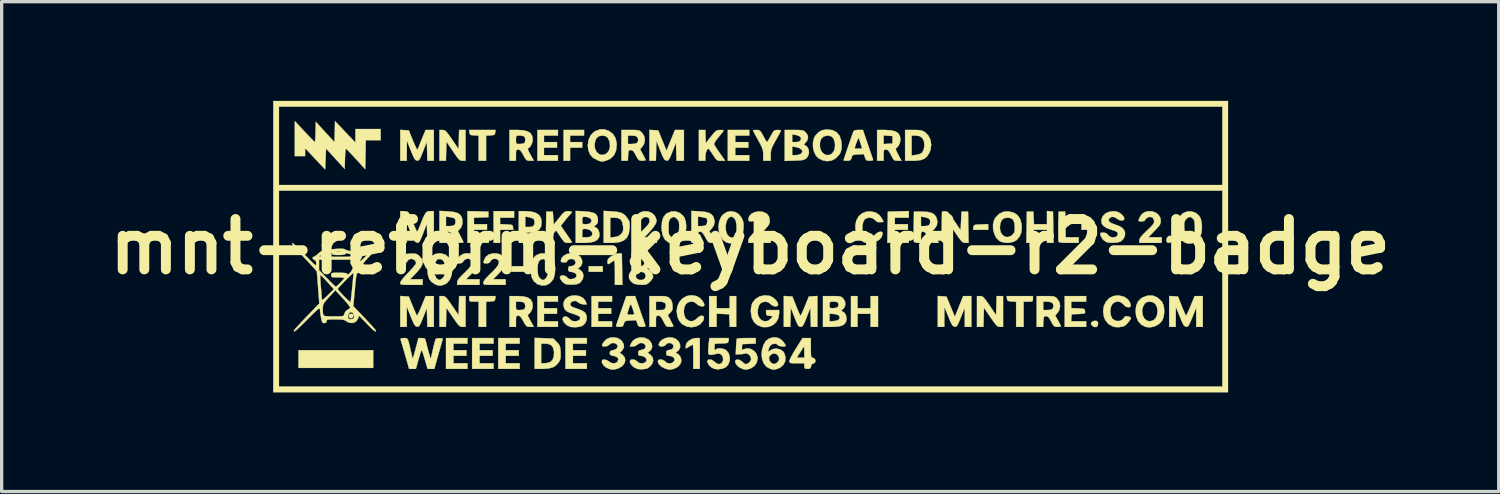
<source format=kicad_pcb>
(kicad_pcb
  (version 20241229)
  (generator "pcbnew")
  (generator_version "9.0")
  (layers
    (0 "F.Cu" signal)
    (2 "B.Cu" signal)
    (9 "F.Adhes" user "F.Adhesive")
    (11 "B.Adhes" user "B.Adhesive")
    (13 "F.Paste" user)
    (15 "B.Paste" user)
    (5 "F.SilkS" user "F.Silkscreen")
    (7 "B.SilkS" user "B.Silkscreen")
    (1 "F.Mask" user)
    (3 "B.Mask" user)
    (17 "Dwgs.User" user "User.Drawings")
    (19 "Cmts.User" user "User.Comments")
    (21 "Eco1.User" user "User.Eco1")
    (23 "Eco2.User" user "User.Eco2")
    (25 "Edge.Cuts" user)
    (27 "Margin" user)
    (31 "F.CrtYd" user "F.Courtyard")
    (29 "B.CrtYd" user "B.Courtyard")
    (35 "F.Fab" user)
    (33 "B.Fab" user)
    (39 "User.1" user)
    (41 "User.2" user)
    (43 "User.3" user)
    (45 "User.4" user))
  (footprint "mnt-reform-keyboard-r2-badge"
    (layer "F.Cu")
    (at 19.638 4.408)
    (property "Reference" "mnt-reform-keyboard-r2-badge" (at 0 0 0) (layer "F.SilkS") (effects (font (size 1.524 1.524) (thickness 0.3))))
    (attr through_hole)
    (fp_poly (pts (xy -11.402 3.669) (xy -13.66 3.669) (xy -13.66 3.133) (xy -11.402 3.133) (xy -11.402 3.669)) (stroke (width 0.01) (type solid)) (fill yes) (layer "F.SilkS"))
    (fp_poly (pts (xy -6.802 0.762) (xy -7.225 0.762) (xy -7.225 0.593) (xy -6.802 0.593) (xy -6.802 0.762)) (stroke (width 0.01) (type solid)) (fill yes) (layer "F.SilkS"))
    (fp_poly (pts (xy -4.459 0.762) (xy -4.882 0.762) (xy -4.882 0.593) (xy -4.459 0.593) (xy -4.459 0.762)) (stroke (width 0.01) (type solid)) (fill yes) (layer "F.SilkS"))
    (fp_poly (pts (xy 7.197 -0.508) (xy 6.741 -0.508) (xy 6.75 -0.586) (xy 6.757 -0.625) (xy 6.775 -0.648) (xy 6.816 -0.661) (xy 6.891 -0.668) (xy 6.978 -0.671) (xy 7.197 -0.68) (xy 7.197 -0.508)) (stroke (width 0.01) (type solid)) (fill yes) (layer "F.SilkS"))
    (fp_poly (pts (xy 10.238 -0.671) (xy 10.348 -0.666) (xy 10.413 -0.659) (xy 10.447 -0.644) (xy 10.461 -0.616) (xy 10.465 -0.586) (xy 10.474 -0.508) (xy 10.019 -0.508) (xy 10.019 -0.68) (xy 10.238 -0.671)) (stroke (width 0.01) (type solid)) (fill yes) (layer "F.SilkS"))
    (fp_poly (pts (xy -12.01 2.041) (xy -11.998 2.078) (xy -12 2.095) (xy -12.026 2.148) (xy -12.073 2.171) (xy -12.116 2.155) (xy -12.133 2.113) (xy -12.136 2.084) (xy -12.117 2.043) (xy -12.063 2.032) (xy -12.01 2.041)) (stroke (width 0.01) (type solid)) (fill yes) (layer "F.SilkS"))
    (fp_poly (pts (xy -5.024 -3.358) (xy -5.447 -3.358) (xy -5.447 -3.161) (xy -5.08 -3.161) (xy -5.08 -2.992) (xy -5.447 -2.992) (xy -5.447 -2.596) (xy -5.644 -2.596) (xy -5.644 -3.528) (xy -5.024 -3.528) (xy -5.024 -3.358)) (stroke (width 0.01) (type solid)) (fill yes) (layer "F.SilkS"))
    (fp_poly (pts (xy -8.551 2.935) (xy -8.975 2.935) (xy -8.975 3.133) (xy -8.58 3.133) (xy -8.58 3.302) (xy -8.975 3.302) (xy -8.975 3.528) (xy -8.551 3.528) (xy -8.551 3.697) (xy -9.2 3.697) (xy -9.2 2.766) (xy -8.551 2.766) (xy -8.551 2.935)) (stroke (width 0.01) (type solid)) (fill yes) (layer "F.SilkS"))
    (fp_poly (pts (xy -7.761 2.935) (xy -8.184 2.935) (xy -8.184 3.133) (xy -7.789 3.133) (xy -7.789 3.302) (xy -8.184 3.302) (xy -8.184 3.528) (xy -7.761 3.528) (xy -7.761 3.697) (xy -8.41 3.697) (xy -8.41 2.766) (xy -7.761 2.766) (xy -7.761 2.935)) (stroke (width 0.01) (type solid)) (fill yes) (layer "F.SilkS"))
    (fp_poly (pts (xy -6.971 2.935) (xy -7.394 2.935) (xy -7.394 3.133) (xy -6.999 3.133) (xy -6.999 3.302) (xy -7.394 3.302) (xy -7.394 3.528) (xy -6.971 3.528) (xy -6.971 3.697) (xy -7.62 3.697) (xy -7.62 2.766) (xy -6.971 2.766) (xy -6.971 2.935)) (stroke (width 0.01) (type solid)) (fill yes) (layer "F.SilkS"))
    (fp_poly (pts (xy -5.814 -3.358) (xy -6.237 -3.358) (xy -6.237 -3.161) (xy -5.842 -3.161) (xy -5.842 -2.992) (xy -6.237 -2.992) (xy -6.237 -2.766) (xy -5.814 -2.766) (xy -5.814 -2.596) (xy -6.435 -2.596) (xy -6.435 -3.528) (xy -5.814 -3.528) (xy -5.814 -3.358)) (stroke (width 0.01) (type solid)) (fill yes) (layer "F.SilkS"))
    (fp_poly (pts (xy -5.814 1.665) (xy -6.237 1.665) (xy -6.237 1.863) (xy -5.842 1.863) (xy -5.842 2.032) (xy -6.237 2.032) (xy -6.237 2.258) (xy -5.814 2.258) (xy -5.814 2.427) (xy -6.435 2.427) (xy -6.435 1.496) (xy -5.814 1.496) (xy -5.814 1.665)) (stroke (width 0.01) (type solid)) (fill yes) (layer "F.SilkS"))
    (fp_poly (pts (xy -4.939 2.935) (xy -5.362 2.935) (xy -5.362 3.133) (xy -4.967 3.133) (xy -4.967 3.302) (xy -5.362 3.302) (xy -5.362 3.528) (xy -4.939 3.528) (xy -4.939 3.697) (xy -5.588 3.697) (xy -5.588 2.766) (xy -4.939 2.766) (xy -4.939 2.935)) (stroke (width 0.01) (type solid)) (fill yes) (layer "F.SilkS"))
    (fp_poly (pts (xy -4.177 1.665) (xy -4.6 1.665) (xy -4.6 1.863) (xy -4.205 1.863) (xy -4.205 2.032) (xy -4.6 2.032) (xy -4.6 2.258) (xy -4.177 2.258) (xy -4.177 2.427) (xy -4.798 2.427) (xy -4.798 1.496) (xy -4.177 1.496) (xy -4.177 1.665)) (stroke (width 0.01) (type solid)) (fill yes) (layer "F.SilkS"))
    (fp_poly (pts (xy -1.016 1.863) (xy -0.621 1.863) (xy -0.621 1.496) (xy -0.423 1.496) (xy -0.423 2.427) (xy -0.618 2.427) (xy -0.635 2.046) (xy -1.016 2.029) (xy -1.016 2.427) (xy -1.242 2.427) (xy -1.242 1.496) (xy -1.016 1.496) (xy -1.016 1.863)) (stroke (width 0.01) (type solid)) (fill yes) (layer "F.SilkS"))
    (fp_poly (pts (xy -0.028 -3.358) (xy -0.452 -3.358) (xy -0.452 -3.161) (xy -0.056 -3.161) (xy -0.056 -2.992) (xy -0.452 -2.992) (xy -0.452 -2.766) (xy -0.028 -2.766) (xy -0.028 -2.596) (xy -0.677 -2.596) (xy -0.677 -3.528) (xy -0.028 -3.528) (xy -0.028 -3.358)) (stroke (width 0.01) (type solid)) (fill yes) (layer "F.SilkS"))
    (fp_poly (pts (xy 3.246 1.863) (xy 3.641 1.863) (xy 3.641 1.496) (xy 3.866 1.496) (xy 3.866 2.427) (xy 3.641 2.427) (xy 3.641 2.032) (xy 3.246 2.032) (xy 3.246 2.427) (xy 3.048 2.427) (xy 3.048 1.496) (xy 3.246 1.496) (xy 3.246 1.863)) (stroke (width 0.01) (type solid)) (fill yes) (layer "F.SilkS"))
    (fp_poly (pts (xy 4.798 -0.875) (xy 4.374 -0.875) (xy 4.374 -0.677) (xy 4.77 -0.677) (xy 4.77 -0.508) (xy 4.374 -0.508) (xy 4.374 -0.282) (xy 4.798 -0.282) (xy 4.798 -0.113) (xy 4.147 -0.113) (xy 4.163 -1.058) (xy 4.798 -1.074) (xy 4.798 -0.875)) (stroke (width 0.01) (type solid)) (fill yes) (layer "F.SilkS"))
    (fp_poly (pts (xy 9.158 -1.058) (xy 9.174 -0.113) (xy 8.975 -0.113) (xy 8.975 -0.508) (xy 8.58 -0.508) (xy 8.58 -0.113) (xy 8.352 -0.113) (xy 8.368 -1.058) (xy 8.565 -1.058) (xy 8.582 -0.677) (xy 8.975 -0.677) (xy 8.975 -1.076) (xy 9.158 -1.058)) (stroke (width 0.01) (type solid)) (fill yes) (layer "F.SilkS"))
    (fp_poly (pts (xy 10.492 2.253) (xy 10.517 2.293) (xy 10.522 2.319) (xy 10.51 2.394) (xy 10.465 2.433) (xy 10.399 2.428) (xy 10.353 2.4) (xy 10.309 2.354) (xy 10.309 2.313) (xy 10.318 2.295) (xy 10.372 2.254) (xy 10.431 2.244) (xy 10.492 2.253)) (stroke (width 0.01) (type solid)) (fill yes) (layer "F.SilkS"))
    (fp_poly (pts (xy -7.916 -1.058) (xy -7.916 -0.889) (xy -8.135 -0.881) (xy -8.354 -0.873) (xy -8.354 -0.677) (xy -7.959 -0.677) (xy -7.959 -0.508) (xy -8.354 -0.508) (xy -8.354 -0.282) (xy -7.902 -0.282) (xy -7.902 -0.113) (xy -8.551 -0.113) (xy -8.551 -1.074) (xy -7.916 -1.058)) (stroke (width 0.01) (type solid)) (fill yes) (layer "F.SilkS"))
    (fp_poly (pts (xy 12.745 -0.305) (xy 12.767 -0.285) (xy 12.806 -0.233) (xy 12.802 -0.188) (xy 12.796 -0.176) (xy 12.748 -0.138) (xy 12.681 -0.117) (xy 12.622 -0.121) (xy 12.607 -0.13) (xy 12.586 -0.186) (xy 12.599 -0.254) (xy 12.639 -0.307) (xy 12.647 -0.312) (xy 12.698 -0.328) (xy 12.745 -0.305)) (stroke (width 0.01) (type solid)) (fill yes) (layer "F.SilkS"))
    (fp_poly (pts (xy -7.14 -0.875) (xy -7.564 -0.875) (xy -7.564 -0.68) (xy -7.373 -0.672) (xy -7.272 -0.666) (xy -7.214 -0.656) (xy -7.186 -0.637) (xy -7.176 -0.602) (xy -7.174 -0.586) (xy -7.165 -0.508) (xy -7.564 -0.508) (xy -7.564 -0.113) (xy -7.761 -0.113) (xy -7.761 -1.072) (xy -7.14 -1.072) (xy -7.14 -0.875)) (stroke (width 0.01) (type solid)) (fill yes) (layer "F.SilkS"))
    (fp_poly (pts (xy -7.71 -3.45) (xy -7.721 -3.403) (xy -7.749 -3.378) (xy -7.812 -3.367) (xy -7.853 -3.364) (xy -7.987 -3.355) (xy -7.987 -2.596) (xy -8.213 -2.596) (xy -8.213 -3.355) (xy -8.347 -3.364) (xy -8.428 -3.372) (xy -8.47 -3.39) (xy -8.486 -3.426) (xy -8.49 -3.45) (xy -8.499 -3.528) (xy -7.701 -3.528) (xy -7.71 -3.45)) (stroke (width 0.01) (type solid)) (fill yes) (layer "F.SilkS"))
    (fp_poly (pts (xy -7.71 1.573) (xy -7.721 1.621) (xy -7.749 1.645) (xy -7.812 1.657) (xy -7.853 1.66) (xy -7.987 1.668) (xy -7.987 2.427) (xy -8.213 2.427) (xy -8.213 1.665) (xy -8.354 1.665) (xy -8.437 1.663) (xy -8.479 1.652) (xy -8.493 1.622) (xy -8.495 1.58) (xy -8.495 1.496) (xy -7.701 1.496) (xy -7.71 1.573)) (stroke (width 0.01) (type solid)) (fill yes) (layer "F.SilkS"))
    (fp_poly (pts (xy 8.551 1.58) (xy 8.548 1.631) (xy 8.529 1.656) (xy 8.48 1.664) (xy 8.41 1.665) (xy 8.269 1.665) (xy 8.269 2.427) (xy 8.043 2.427) (xy 8.043 1.668) (xy 7.909 1.66) (xy 7.828 1.651) (xy 7.786 1.634) (xy 7.77 1.597) (xy 7.766 1.573) (xy 7.757 1.496) (xy 8.551 1.496) (xy 8.551 1.58)) (stroke (width 0.01) (type solid)) (fill yes) (layer "F.SilkS"))
    (fp_poly (pts (xy 9.533 -0.67) (xy 9.541 -0.282) (xy 9.934 -0.282) (xy 9.934 -0.113) (xy 9.637 -0.113) (xy 9.491 -0.115) (xy 9.395 -0.122) (xy 9.342 -0.135) (xy 9.326 -0.149) (xy 9.321 -0.189) (xy 9.319 -0.275) (xy 9.318 -0.395) (xy 9.318 -0.54) (xy 9.32 -0.622) (xy 9.327 -1.058) (xy 9.525 -1.058) (xy 9.533 -0.67)) (stroke (width 0.01) (type solid)) (fill yes) (layer "F.SilkS"))
    (fp_poly (pts (xy 14.45 4.403) (xy -14.422 4.403) (xy -14.422 -1.693) (xy -14.252 -1.693) (xy -14.252 4.233) (xy 14.28 4.233) (xy 14.28 -1.693) (xy -14.252 -1.693) (xy -14.422 -1.693) (xy -14.422 -4.233) (xy -14.252 -4.233) (xy -14.252 -1.863) (xy 14.28 -1.863) (xy 14.28 -4.233) (xy -14.252 -4.233) (xy -14.422 -4.233) (xy -14.422 -4.403) (xy 14.45 -4.403) (xy 14.45 4.403)) (stroke (width 0.01) (type solid)) (fill yes) (layer "F.SilkS"))
    (fp_poly (pts (xy -1.524 3.697) (xy -1.722 3.697) (xy -1.722 3.33) (xy -1.722 3.194) (xy -1.725 3.08) (xy -1.729 3) (xy -1.733 2.964) (xy -1.734 2.963) (xy -1.764 2.976) (xy -1.823 3.009) (xy -1.847 3.023) (xy -1.947 3.082) (xy -1.947 2.995) (xy -1.921 2.914) (xy -1.853 2.843) (xy -1.757 2.79) (xy -1.646 2.766) (xy -1.63 2.766) (xy -1.524 2.766) (xy -1.524 3.697)) (stroke (width 0.01) (type solid)) (fill yes) (layer "F.SilkS"))
    (fp_poly (pts (xy 10.16 1.665) (xy 9.708 1.665) (xy 9.708 1.86) (xy 9.913 1.868) (xy 10.019 1.874) (xy 10.08 1.882) (xy 10.111 1.899) (xy 10.123 1.93) (xy 10.126 1.953) (xy 10.129 1.992) (xy 10.117 2.016) (xy 10.08 2.028) (xy 10.006 2.034) (xy 9.929 2.038) (xy 9.723 2.046) (xy 9.714 2.152) (xy 9.705 2.258) (xy 10.16 2.258) (xy 10.16 2.427) (xy 9.511 2.427) (xy 9.511 1.496) (xy 10.16 1.496) (xy 10.16 1.665)) (stroke (width 0.01) (type solid)) (fill yes) (layer "F.SilkS"))
    (fp_poly (pts (xy -9.265 -3.524) (xy -9.229 -3.509) (xy -9.189 -3.474) (xy -9.138 -3.412) (xy -9.069 -3.315) (xy -9.017 -3.239) (xy -8.819 -2.949) (xy -8.811 -3.239) (xy -8.803 -3.528) (xy -8.608 -3.528) (xy -8.608 -2.596) (xy -8.701 -2.596) (xy -8.743 -2.6) (xy -8.779 -2.614) (xy -8.818 -2.648) (xy -8.868 -2.709) (xy -8.936 -2.805) (xy -8.991 -2.886) (xy -9.186 -3.175) (xy -9.202 -2.596) (xy -9.398 -2.596) (xy -9.398 -3.528) (xy -9.306 -3.528) (xy -9.265 -3.524)) (stroke (width 0.01) (type solid)) (fill yes) (layer "F.SilkS"))
    (fp_poly (pts (xy -9.265 1.499) (xy -9.229 1.514) (xy -9.189 1.549) (xy -9.138 1.612) (xy -9.069 1.709) (xy -9.017 1.785) (xy -8.819 2.074) (xy -8.811 1.785) (xy -8.803 1.496) (xy -8.608 1.496) (xy -8.608 2.427) (xy -8.701 2.427) (xy -8.743 2.424) (xy -8.779 2.409) (xy -8.819 2.375) (xy -8.869 2.313) (xy -8.938 2.217) (xy -8.99 2.14) (xy -9.186 1.853) (xy -9.194 2.14) (xy -9.202 2.427) (xy -9.398 2.427) (xy -9.398 1.496) (xy -9.306 1.496) (xy -9.265 1.499)) (stroke (width 0.01) (type solid)) (fill yes) (layer "F.SilkS"))
    (fp_poly (pts (xy -3.965 0.204) (xy -3.881 0.212) (xy -3.873 0.684) (xy -3.865 1.157) (xy -4.092 1.157) (xy -4.092 0.79) (xy -4.094 0.654) (xy -4.098 0.54) (xy -4.104 0.461) (xy -4.112 0.425) (xy -4.113 0.424) (xy -4.148 0.44) (xy -4.204 0.479) (xy -4.205 0.48) (xy -4.27 0.525) (xy -4.304 0.527) (xy -4.317 0.485) (xy -4.318 0.452) (xy -4.309 0.396) (xy -4.276 0.349) (xy -4.206 0.296) (xy -4.184 0.282) (xy -4.064 0.221) (xy -3.967 0.204) (xy -3.965 0.204)) (stroke (width 0.01) (type solid)) (fill yes) (layer "F.SilkS"))
    (fp_poly (pts (xy 6.993 1.499) (xy 7.03 1.514) (xy 7.069 1.548) (xy 7.119 1.61) (xy 7.188 1.706) (xy 7.241 1.783) (xy 7.437 2.07) (xy 7.445 1.783) (xy 7.453 1.496) (xy 7.648 1.496) (xy 7.648 2.427) (xy 7.556 2.427) (xy 7.516 2.423) (xy 7.479 2.407) (xy 7.439 2.371) (xy 7.387 2.308) (xy 7.317 2.21) (xy 7.267 2.137) (xy 7.07 1.849) (xy 7.062 2.138) (xy 7.054 2.427) (xy 6.858 2.427) (xy 6.858 1.496) (xy 6.951 1.496) (xy 6.993 1.499)) (stroke (width 0.01) (type solid)) (fill yes) (layer "F.SilkS"))
    (fp_poly (pts (xy 5.936 1.51) (xy 6.063 1.816) (xy 6.19 2.122) (xy 6.441 1.496) (xy 6.689 1.496) (xy 6.689 2.427) (xy 6.491 2.427) (xy 6.49 2.138) (xy 6.488 1.849) (xy 6.371 2.139) (xy 6.32 2.266) (xy 6.282 2.349) (xy 6.252 2.397) (xy 6.225 2.419) (xy 6.195 2.422) (xy 6.184 2.421) (xy 6.15 2.411) (xy 6.119 2.384) (xy 6.086 2.331) (xy 6.045 2.242) (xy 5.993 2.117) (xy 5.873 1.82) (xy 5.872 2.124) (xy 5.87 2.427) (xy 5.673 2.427) (xy 5.673 1.493) (xy 5.936 1.51)) (stroke (width 0.01) (type solid)) (fill yes) (layer "F.SilkS"))
    (fp_poly (pts (xy -2.914 -3.522) (xy -2.78 -3.514) (xy -2.531 -2.902) (xy -2.403 -3.215) (xy -2.275 -3.528) (xy -2.004 -3.528) (xy -2.004 -2.596) (xy -2.228 -2.596) (xy -2.236 -2.871) (xy -2.244 -3.145) (xy -2.353 -2.869) (xy -2.402 -2.746) (xy -2.439 -2.666) (xy -2.468 -2.622) (xy -2.495 -2.603) (xy -2.527 -2.601) (xy -2.533 -2.602) (xy -2.566 -2.612) (xy -2.597 -2.639) (xy -2.629 -2.692) (xy -2.669 -2.78) (xy -2.72 -2.906) (xy -2.836 -3.202) (xy -2.844 -2.899) (xy -2.852 -2.596) (xy -3.048 -2.596) (xy -3.048 -3.531) (xy -2.914 -3.522)) (stroke (width 0.01) (type solid)) (fill yes) (layer "F.SilkS"))
    (fp_poly (pts (xy 5.957 -1.055) (xy 5.995 -1.023) (xy 6.043 -0.964) (xy 6.11 -0.869) (xy 6.168 -0.785) (xy 6.364 -0.494) (xy 6.392 -1.058) (xy 6.59 -1.058) (xy 6.605 -0.113) (xy 6.51 -0.113) (xy 6.468 -0.116) (xy 6.431 -0.13) (xy 6.392 -0.163) (xy 6.342 -0.224) (xy 6.275 -0.318) (xy 6.22 -0.398) (xy 6.025 -0.683) (xy 6.009 -0.113) (xy 5.911 -0.113) (xy 5.841 -0.122) (xy 5.8 -0.146) (xy 5.798 -0.149) (xy 5.794 -0.189) (xy 5.791 -0.275) (xy 5.79 -0.395) (xy 5.791 -0.54) (xy 5.792 -0.622) (xy 5.8 -1.058) (xy 5.885 -1.067) (xy 5.923 -1.067) (xy 5.957 -1.055)) (stroke (width 0.01) (type solid)) (fill yes) (layer "F.SilkS"))
    (fp_poly (pts (xy -6.823 -1.072) (xy -6.629 -1.06) (xy -6.483 -1.02) (xy -6.383 -0.953) (xy -6.325 -0.856) (xy -6.308 -0.732) (xy -6.325 -0.604) (xy -6.38 -0.514) (xy -6.477 -0.457) (xy -6.619 -0.43) (xy -6.631 -0.429) (xy -6.802 -0.417) (xy -6.802 -0.113) (xy -6.999 -0.113) (xy -6.999 -0.593) (xy -6.802 -0.593) (xy -6.694 -0.593) (xy -6.615 -0.601) (xy -6.559 -0.622) (xy -6.553 -0.627) (xy -6.526 -0.685) (xy -6.522 -0.762) (xy -6.542 -0.826) (xy -6.555 -0.841) (xy -6.605 -0.865) (xy -6.682 -0.887) (xy -6.696 -0.89) (xy -6.802 -0.909) (xy -6.802 -0.593) (xy -6.999 -0.593) (xy -6.999 -1.072) (xy -6.823 -1.072)) (stroke (width 0.01) (type solid)) (fill yes) (layer "F.SilkS"))
    (fp_poly (pts (xy -10.324 -3.514) (xy -10.207 -3.225) (xy -10.158 -3.109) (xy -10.116 -3.015) (xy -10.085 -2.954) (xy -10.071 -2.935) (xy -10.05 -2.959) (xy -10.025 -3.013) (xy -10.002 -3.075) (xy -9.964 -3.171) (xy -9.918 -3.283) (xy -9.907 -3.309) (xy -9.816 -3.528) (xy -9.567 -3.528) (xy -9.567 -2.596) (xy -9.763 -2.596) (xy -9.779 -3.175) (xy -9.892 -2.885) (xy -9.942 -2.757) (xy -9.979 -2.674) (xy -10.008 -2.627) (xy -10.035 -2.605) (xy -10.065 -2.602) (xy -10.075 -2.602) (xy -10.109 -2.612) (xy -10.139 -2.639) (xy -10.172 -2.693) (xy -10.213 -2.782) (xy -10.264 -2.907) (xy -10.383 -3.203) (xy -10.386 -2.596) (xy -10.583 -2.596) (xy -10.583 -3.531) (xy -10.324 -3.514)) (stroke (width 0.01) (type solid)) (fill yes) (layer "F.SilkS"))
    (fp_poly (pts (xy -10.324 1.51) (xy -10.207 1.799) (xy -10.158 1.915) (xy -10.117 2.009) (xy -10.087 2.07) (xy -10.074 2.088) (xy -10.058 2.064) (xy -10.026 1.997) (xy -9.982 1.9) (xy -9.937 1.792) (xy -9.815 1.496) (xy -9.567 1.496) (xy -9.567 2.427) (xy -9.763 2.427) (xy -9.771 2.143) (xy -9.779 1.859) (xy -9.892 2.144) (xy -9.943 2.27) (xy -9.98 2.351) (xy -10.009 2.398) (xy -10.036 2.418) (xy -10.067 2.422) (xy -10.075 2.421) (xy -10.109 2.411) (xy -10.139 2.384) (xy -10.172 2.331) (xy -10.213 2.242) (xy -10.265 2.117) (xy -10.385 1.82) (xy -10.385 2.124) (xy -10.386 2.427) (xy -10.583 2.427) (xy -10.583 1.493) (xy -10.324 1.51)) (stroke (width 0.01) (type solid)) (fill yes) (layer "F.SilkS"))
    (fp_poly (pts (xy 12.938 1.51) (xy 13.052 1.799) (xy 13.099 1.915) (xy 13.14 2.009) (xy 13.169 2.07) (xy 13.182 2.088) (xy 13.198 2.064) (xy 13.231 1.997) (xy 13.275 1.899) (xy 13.32 1.792) (xy 13.441 1.496) (xy 13.688 1.496) (xy 13.688 2.427) (xy 13.49 2.427) (xy 13.489 2.138) (xy 13.487 1.849) (xy 13.371 2.139) (xy 13.319 2.266) (xy 13.281 2.349) (xy 13.251 2.397) (xy 13.224 2.419) (xy 13.194 2.422) (xy 13.183 2.421) (xy 13.149 2.411) (xy 13.119 2.384) (xy 13.085 2.331) (xy 13.044 2.242) (xy 12.992 2.117) (xy 12.872 1.82) (xy 12.871 2.124) (xy 12.869 2.427) (xy 12.672 2.427) (xy 12.672 1.493) (xy 12.938 1.51)) (stroke (width 0.01) (type solid)) (fill yes) (layer "F.SilkS"))
    (fp_poly (pts (xy -6.238 2.77) (xy -5.956 2.78) (xy -5.85 2.886) (xy -5.795 2.945) (xy -5.762 2.997) (xy -5.745 3.061) (xy -5.736 3.156) (xy -5.734 3.196) (xy -5.731 3.31) (xy -5.739 3.387) (xy -5.76 3.448) (xy -5.791 3.5) (xy -5.87 3.591) (xy -5.967 3.651) (xy -6.095 3.685) (xy -6.264 3.697) (xy -6.287 3.697) (xy -6.519 3.697) (xy -6.519 2.935) (xy -6.322 2.935) (xy -6.322 3.528) (xy -6.224 3.528) (xy -6.134 3.518) (xy -6.057 3.496) (xy -5.982 3.432) (xy -5.94 3.328) (xy -5.932 3.192) (xy -5.934 3.169) (xy -5.965 3.049) (xy -6.027 2.975) (xy -6.128 2.94) (xy -6.198 2.935) (xy -6.322 2.935) (xy -6.519 2.935) (xy -6.519 2.76) (xy -6.238 2.77)) (stroke (width 0.01) (type solid)) (fill yes) (layer "F.SilkS"))
    (fp_poly (pts (xy -4.171 -1.064) (xy -4.019 -1.05) (xy -3.909 -1.025) (xy -3.826 -0.983) (xy -3.757 -0.918) (xy -3.702 -0.844) (xy -3.665 -0.782) (xy -3.647 -0.718) (xy -3.643 -0.632) (xy -3.646 -0.558) (xy -3.67 -0.396) (xy -3.726 -0.274) (xy -3.818 -0.189) (xy -3.949 -0.137) (xy -4.126 -0.114) (xy -4.198 -0.113) (xy -4.431 -0.113) (xy -4.431 -0.875) (xy -4.233 -0.875) (xy -4.233 -0.275) (xy -4.1 -0.29) (xy -3.995 -0.313) (xy -3.92 -0.362) (xy -3.9 -0.383) (xy -3.86 -0.439) (xy -3.842 -0.498) (xy -3.842 -0.583) (xy -3.845 -0.617) (xy -3.869 -0.743) (xy -3.922 -0.824) (xy -4.009 -0.865) (xy -4.109 -0.875) (xy -4.233 -0.875) (xy -4.431 -0.875) (xy -4.431 -1.081) (xy -4.171 -1.064)) (stroke (width 0.01) (type solid)) (fill yes) (layer "F.SilkS"))
    (fp_poly (pts (xy 5.063 -3.526) (xy 5.151 -3.517) (xy 5.216 -3.499) (xy 5.272 -3.469) (xy 5.28 -3.464) (xy 5.387 -3.361) (xy 5.452 -3.228) (xy 5.474 -3.077) (xy 5.451 -2.92) (xy 5.412 -2.823) (xy 5.346 -2.723) (xy 5.263 -2.656) (xy 5.152 -2.616) (xy 5.003 -2.598) (xy 4.918 -2.596) (xy 4.685 -2.596) (xy 4.685 -2.758) (xy 4.882 -2.758) (xy 5.011 -2.773) (xy 5.102 -2.792) (xy 5.176 -2.824) (xy 5.193 -2.836) (xy 5.238 -2.908) (xy 5.264 -3.01) (xy 5.267 -3.12) (xy 5.25 -3.201) (xy 5.198 -3.292) (xy 5.119 -3.342) (xy 5.003 -3.358) (xy 5.002 -3.358) (xy 4.882 -3.358) (xy 4.882 -2.758) (xy 4.685 -2.758) (xy 4.685 -3.528) (xy 4.935 -3.528) (xy 5.063 -3.526)) (stroke (width 0.01) (type solid)) (fill yes) (layer "F.SilkS"))
    (fp_poly (pts (xy 2.032 2.427) (xy 1.836 2.427) (xy 1.828 2.138) (xy 1.82 1.849) (xy 1.707 2.138) (xy 1.656 2.266) (xy 1.619 2.349) (xy 1.589 2.398) (xy 1.56 2.421) (xy 1.528 2.427) (xy 1.524 2.427) (xy 1.491 2.422) (xy 1.462 2.401) (xy 1.433 2.356) (xy 1.396 2.276) (xy 1.346 2.153) (xy 1.341 2.138) (xy 1.228 1.849) (xy 1.22 2.138) (xy 1.212 2.427) (xy 1.016 2.427) (xy 1.016 1.493) (xy 1.147 1.501) (xy 1.277 1.51) (xy 1.391 1.799) (xy 1.438 1.916) (xy 1.479 2.01) (xy 1.509 2.071) (xy 1.522 2.088) (xy 1.538 2.064) (xy 1.571 1.997) (xy 1.614 1.9) (xy 1.656 1.799) (xy 1.773 1.51) (xy 1.902 1.501) (xy 2.032 1.493) (xy 2.032 2.427)) (stroke (width 0.01) (type solid)) (fill yes) (layer "F.SilkS"))
    (fp_poly (pts (xy -8.471 0.207) (xy -8.366 0.244) (xy -8.281 0.308) (xy -8.226 0.399) (xy -8.213 0.483) (xy -8.223 0.549) (xy -8.258 0.62) (xy -8.324 0.707) (xy -8.428 0.82) (xy -8.434 0.826) (xy -8.592 0.988) (xy -8.184 0.988) (xy -8.184 1.157) (xy -8.862 1.157) (xy -8.862 1.079) (xy -8.853 1.034) (xy -8.82 0.98) (xy -8.757 0.908) (xy -8.658 0.81) (xy -8.636 0.79) (xy -8.518 0.671) (xy -8.443 0.579) (xy -8.409 0.506) (xy -8.412 0.446) (xy -8.444 0.401) (xy -8.512 0.367) (xy -8.59 0.372) (xy -8.653 0.412) (xy -8.669 0.437) (xy -8.708 0.489) (xy -8.773 0.507) (xy -8.796 0.508) (xy -8.859 0.506) (xy -8.884 0.491) (xy -8.877 0.449) (xy -8.85 0.382) (xy -8.785 0.287) (xy -8.692 0.227) (xy -8.584 0.201) (xy -8.471 0.207)) (stroke (width 0.01) (type solid)) (fill yes) (layer "F.SilkS"))
    (fp_poly (pts (xy -3.082 -1.062) (xy -2.972 -1.015) (xy -2.887 -0.932) (xy -2.86 -0.882) (xy -2.834 -0.808) (xy -2.835 -0.751) (xy -2.863 -0.684) (xy -2.905 -0.614) (xy -2.974 -0.525) (xy -3.053 -0.435) (xy -3.197 -0.282) (xy -2.822 -0.282) (xy -2.822 -0.113) (xy -3.5 -0.113) (xy -3.5 -0.183) (xy -3.485 -0.231) (xy -3.437 -0.299) (xy -3.353 -0.392) (xy -3.27 -0.473) (xy -3.164 -0.579) (xy -3.095 -0.656) (xy -3.056 -0.714) (xy -3.042 -0.762) (xy -3.041 -0.774) (xy -3.054 -0.841) (xy -3.08 -0.878) (xy -3.154 -0.899) (xy -3.23 -0.881) (xy -3.284 -0.832) (xy -3.288 -0.826) (xy -3.327 -0.777) (xy -3.399 -0.762) (xy -3.407 -0.762) (xy -3.477 -0.777) (xy -3.5 -0.821) (xy -3.476 -0.89) (xy -3.421 -0.962) (xy -3.321 -1.037) (xy -3.203 -1.07) (xy -3.082 -1.062)) (stroke (width 0.01) (type solid)) (fill yes) (layer "F.SilkS"))
    (fp_poly (pts (xy 0.383 -1.051) (xy 0.397 -1.047) (xy 0.507 -0.992) (xy 0.571 -0.905) (xy 0.593 -0.783) (xy 0.593 -0.781) (xy 0.588 -0.725) (xy 0.57 -0.673) (xy 0.53 -0.615) (xy 0.462 -0.537) (xy 0.405 -0.477) (xy 0.217 -0.282) (xy 0.621 -0.282) (xy 0.621 -0.113) (xy -0.056 -0.113) (xy -0.056 -0.188) (xy -0.045 -0.234) (xy -0.008 -0.293) (xy 0.062 -0.371) (xy 0.17 -0.477) (xy 0.278 -0.583) (xy 0.347 -0.662) (xy 0.385 -0.721) (xy 0.395 -0.766) (xy 0.374 -0.842) (xy 0.322 -0.889) (xy 0.256 -0.901) (xy 0.192 -0.875) (xy 0.156 -0.826) (xy 0.116 -0.777) (xy 0.044 -0.762) (xy 0.036 -0.762) (xy -0.028 -0.768) (xy -0.053 -0.796) (xy -0.056 -0.828) (xy -0.031 -0.919) (xy 0.038 -0.993) (xy 0.138 -1.043) (xy 0.257 -1.064) (xy 0.383 -1.051)) (stroke (width 0.01) (type solid)) (fill yes) (layer "F.SilkS"))
    (fp_poly (pts (xy -1.341 -3.132) (xy -1.185 -3.329) (xy -1.109 -3.423) (xy -1.055 -3.481) (xy -1.011 -3.511) (xy -0.963 -3.524) (xy -0.907 -3.526) (xy -0.85 -3.527) (xy -0.816 -3.523) (xy -0.808 -3.507) (xy -0.828 -3.47) (xy -0.877 -3.407) (xy -0.959 -3.308) (xy -0.982 -3.28) (xy -1.046 -3.196) (xy -1.084 -3.127) (xy -1.091 -3.09) (xy -1.068 -3.051) (xy -1.021 -2.977) (xy -0.957 -2.882) (xy -0.916 -2.823) (xy -0.757 -2.596) (xy -0.883 -2.596) (xy -0.948 -2.598) (xy -0.994 -2.611) (xy -1.034 -2.644) (xy -1.081 -2.708) (xy -1.129 -2.78) (xy -1.187 -2.867) (xy -1.234 -2.931) (xy -1.261 -2.962) (xy -1.263 -2.963) (xy -1.3 -2.938) (xy -1.332 -2.872) (xy -1.351 -2.781) (xy -1.354 -2.731) (xy -1.355 -2.596) (xy -1.552 -2.596) (xy -1.552 -3.528) (xy -1.357 -3.528) (xy -1.341 -3.132)) (stroke (width 0.01) (type solid)) (fill yes) (layer "F.SilkS"))
    (fp_poly (pts (xy 12.161 -1.065) (xy 12.265 -1.027) (xy 12.35 -0.961) (xy 12.405 -0.867) (xy 12.418 -0.782) (xy 12.413 -0.725) (xy 12.396 -0.674) (xy 12.357 -0.616) (xy 12.289 -0.539) (xy 12.23 -0.477) (xy 12.042 -0.282) (xy 12.446 -0.282) (xy 12.446 -0.113) (xy 11.769 -0.113) (xy 11.769 -0.19) (xy 11.778 -0.236) (xy 11.811 -0.291) (xy 11.875 -0.363) (xy 11.974 -0.461) (xy 11.997 -0.482) (xy 12.099 -0.58) (xy 12.165 -0.65) (xy 12.201 -0.701) (xy 12.216 -0.743) (xy 12.216 -0.775) (xy 12.194 -0.844) (xy 12.161 -0.883) (xy 12.092 -0.9) (xy 12.018 -0.882) (xy 11.962 -0.839) (xy 11.952 -0.818) (xy 11.921 -0.777) (xy 11.855 -0.762) (xy 11.837 -0.762) (xy 11.773 -0.764) (xy 11.747 -0.779) (xy 11.753 -0.821) (xy 11.781 -0.888) (xy 11.846 -0.985) (xy 11.94 -1.046) (xy 12.048 -1.072) (xy 12.161 -1.065)) (stroke (width 0.01) (type solid)) (fill yes) (layer "F.SilkS"))
    (fp_poly (pts (xy 4.26 -3.517) (xy 4.393 -3.483) (xy 4.482 -3.424) (xy 4.53 -3.335) (xy 4.544 -3.229) (xy 4.529 -3.146) (xy 4.492 -3.062) (xy 4.445 -2.999) (xy 4.42 -2.983) (xy 4.404 -2.965) (xy 4.409 -2.925) (xy 4.44 -2.854) (xy 4.477 -2.782) (xy 4.576 -2.596) (xy 4.461 -2.596) (xy 4.399 -2.599) (xy 4.357 -2.614) (xy 4.322 -2.654) (xy 4.281 -2.728) (xy 4.262 -2.766) (xy 4.21 -2.86) (xy 4.169 -2.912) (xy 4.129 -2.933) (xy 4.106 -2.935) (xy 4.067 -2.931) (xy 4.046 -2.912) (xy 4.037 -2.863) (xy 4.036 -2.771) (xy 4.036 -2.766) (xy 4.036 -2.596) (xy 3.838 -2.596) (xy 3.838 -3.101) (xy 4.036 -3.101) (xy 4.17 -3.11) (xy 4.304 -3.119) (xy 4.304 -3.344) (xy 4.17 -3.353) (xy 4.036 -3.362) (xy 4.036 -3.101) (xy 3.838 -3.101) (xy 3.838 -3.528) (xy 4.08 -3.528) (xy 4.26 -3.517)) (stroke (width 0.01) (type solid)) (fill yes) (layer "F.SilkS"))
    (fp_poly (pts (xy -7.68 0.206) (xy -7.575 0.23) (xy -7.496 0.284) (xy -7.473 0.308) (xy -7.414 0.392) (xy -7.392 0.473) (xy -7.411 0.562) (xy -7.473 0.664) (xy -7.578 0.787) (xy -7.615 0.826) (xy -7.773 0.988) (xy -7.394 0.988) (xy -7.394 1.157) (xy -7.733 1.157) (xy -7.876 1.157) (xy -7.971 1.155) (xy -8.029 1.149) (xy -8.059 1.137) (xy -8.07 1.118) (xy -8.072 1.09) (xy -8.054 1.04) (xy -8 0.967) (xy -7.905 0.868) (xy -7.848 0.813) (xy -7.721 0.685) (xy -7.639 0.584) (xy -7.601 0.503) (xy -7.603 0.439) (xy -7.62 0.409) (xy -7.684 0.37) (xy -7.761 0.37) (xy -7.828 0.405) (xy -7.851 0.437) (xy -7.889 0.489) (xy -7.951 0.507) (xy -7.98 0.508) (xy -8.045 0.504) (xy -8.066 0.484) (xy -8.059 0.435) (xy -8.058 0.431) (xy -8.004 0.317) (xy -7.91 0.241) (xy -7.783 0.205) (xy -7.68 0.206)) (stroke (width 0.01) (type solid)) (fill yes) (layer "F.SilkS"))
    (fp_poly (pts (xy 12.18 1.482) (xy 12.317 1.54) (xy 12.438 1.65) (xy 12.458 1.676) (xy 12.5 1.77) (xy 12.52 1.895) (xy 12.518 2.031) (xy 12.494 2.157) (xy 12.451 2.251) (xy 12.346 2.354) (xy 12.214 2.42) (xy 12.071 2.444) (xy 11.955 2.427) (xy 11.825 2.359) (xy 11.73 2.249) (xy 11.672 2.104) (xy 11.656 1.955) (xy 11.657 1.944) (xy 11.853 1.944) (xy 11.872 2.078) (xy 11.923 2.179) (xy 12 2.241) (xy 12.094 2.258) (xy 12.196 2.227) (xy 12.265 2.161) (xy 12.306 2.062) (xy 12.32 1.947) (xy 12.304 1.833) (xy 12.256 1.737) (xy 12.245 1.725) (xy 12.167 1.678) (xy 12.065 1.665) (xy 11.982 1.683) (xy 11.928 1.728) (xy 11.883 1.809) (xy 11.856 1.904) (xy 11.853 1.944) (xy 11.657 1.944) (xy 11.673 1.79) (xy 11.727 1.663) (xy 11.822 1.566) (xy 11.884 1.529) (xy 12.034 1.478) (xy 12.18 1.482)) (stroke (width 0.01) (type solid)) (fill yes) (layer "F.SilkS"))
    (fp_poly (pts (xy -5.42 -1.065) (xy -5.392 -1.041) (xy -5.418 -1) (xy -5.429 -0.991) (xy -5.464 -0.954) (xy -5.522 -0.887) (xy -5.591 -0.802) (xy -5.597 -0.794) (xy -5.727 -0.628) (xy -5.559 -0.387) (xy -5.489 -0.285) (xy -5.434 -0.202) (xy -5.399 -0.146) (xy -5.39 -0.129) (xy -5.415 -0.119) (xy -5.478 -0.113) (xy -5.502 -0.113) (xy -5.562 -0.116) (xy -5.606 -0.132) (xy -5.648 -0.171) (xy -5.702 -0.244) (xy -5.732 -0.289) (xy -5.79 -0.375) (xy -5.835 -0.442) (xy -5.859 -0.475) (xy -5.86 -0.477) (xy -5.885 -0.471) (xy -5.91 -0.453) (xy -5.938 -0.403) (xy -5.957 -0.316) (xy -5.961 -0.273) (xy -5.969 -0.127) (xy -6.076 -0.118) (xy -6.182 -0.109) (xy -6.167 -1.058) (xy -5.969 -1.058) (xy -5.955 -0.863) (xy -5.941 -0.667) (xy -5.777 -0.87) (xy -5.698 -0.966) (xy -5.642 -1.026) (xy -5.597 -1.057) (xy -5.551 -1.07) (xy -5.502 -1.072) (xy -5.42 -1.065)) (stroke (width 0.01) (type solid)) (fill yes) (layer "F.SilkS"))
    (fp_poly (pts (xy -1.639 1.492) (xy -1.594 1.508) (xy -1.519 1.557) (xy -1.449 1.632) (xy -1.399 1.713) (xy -1.383 1.771) (xy -1.405 1.802) (xy -1.458 1.809) (xy -1.525 1.794) (xy -1.588 1.761) (xy -1.614 1.736) (xy -1.692 1.677) (xy -1.788 1.661) (xy -1.882 1.687) (xy -1.945 1.739) (xy -1.992 1.835) (xy -2.008 1.953) (xy -1.995 2.07) (xy -1.953 2.167) (xy -1.935 2.189) (xy -1.841 2.249) (xy -1.743 2.255) (xy -1.648 2.207) (xy -1.614 2.173) (xy -1.539 2.11) (xy -1.471 2.087) (xy -1.419 2.101) (xy -1.396 2.146) (xy -1.41 2.219) (xy -1.427 2.252) (xy -1.517 2.353) (xy -1.639 2.417) (xy -1.78 2.439) (xy -1.926 2.415) (xy -1.933 2.413) (xy -2.065 2.34) (xy -2.158 2.226) (xy -2.203 2.111) (xy -2.224 1.946) (xy -2.2 1.796) (xy -2.137 1.666) (xy -2.043 1.564) (xy -1.925 1.497) (xy -1.788 1.47) (xy -1.639 1.492)) (stroke (width 0.01) (type solid)) (fill yes) (layer "F.SilkS"))
    (fp_poly (pts (xy 2.496 -3.52) (xy 2.619 -3.455) (xy 2.706 -3.347) (xy 2.754 -3.198) (xy 2.766 -3.055) (xy 2.758 -2.935) (xy 2.733 -2.846) (xy 2.702 -2.794) (xy 2.591 -2.672) (xy 2.461 -2.601) (xy 2.318 -2.583) (xy 2.192 -2.609) (xy 2.074 -2.666) (xy 1.993 -2.745) (xy 1.932 -2.863) (xy 1.931 -2.868) (xy 1.9 -2.999) (xy 1.9 -3.032) (xy 2.108 -3.032) (xy 2.119 -2.965) (xy 2.164 -2.865) (xy 2.238 -2.796) (xy 2.326 -2.766) (xy 2.418 -2.778) (xy 2.483 -2.822) (xy 2.546 -2.921) (xy 2.566 -3.052) (xy 2.56 -3.137) (xy 2.527 -3.255) (xy 2.464 -3.328) (xy 2.368 -3.357) (xy 2.339 -3.358) (xy 2.23 -3.335) (xy 2.153 -3.269) (xy 2.112 -3.166) (xy 2.108 -3.032) (xy 1.9 -3.032) (xy 1.898 -3.14) (xy 1.925 -3.269) (xy 1.966 -3.352) (xy 2.065 -3.459) (xy 2.173 -3.52) (xy 2.308 -3.541) (xy 2.337 -3.542) (xy 2.496 -3.52)) (stroke (width 0.01) (type solid)) (fill yes) (layer "F.SilkS"))
    (fp_poly (pts (xy 3.799 -1.028) (xy 3.914 -0.948) (xy 3.987 -0.845) (xy 4.036 -0.748) (xy 3.936 -0.739) (xy 3.855 -0.743) (xy 3.798 -0.779) (xy 3.778 -0.803) (xy 3.703 -0.858) (xy 3.608 -0.877) (xy 3.515 -0.859) (xy 3.458 -0.82) (xy 3.418 -0.743) (xy 3.395 -0.637) (xy 3.393 -0.523) (xy 3.413 -0.427) (xy 3.476 -0.338) (xy 3.563 -0.293) (xy 3.661 -0.293) (xy 3.756 -0.342) (xy 3.782 -0.367) (xy 3.85 -0.422) (xy 3.919 -0.45) (xy 3.976 -0.449) (xy 4.005 -0.417) (xy 4.007 -0.402) (xy 3.978 -0.295) (xy 3.904 -0.207) (xy 3.792 -0.145) (xy 3.651 -0.115) (xy 3.605 -0.113) (xy 3.506 -0.117) (xy 3.438 -0.135) (xy 3.375 -0.176) (xy 3.332 -0.213) (xy 3.253 -0.298) (xy 3.209 -0.39) (xy 3.191 -0.46) (xy 3.178 -0.635) (xy 3.209 -0.789) (xy 3.279 -0.915) (xy 3.383 -1.007) (xy 3.516 -1.057) (xy 3.65 -1.064) (xy 3.799 -1.028)) (stroke (width 0.01) (type solid)) (fill yes) (layer "F.SilkS"))
    (fp_poly (pts (xy -10.396 -1.064) (xy -10.343 -1.043) (xy -10.337 -1.037) (xy -10.315 -0.997) (xy -10.278 -0.918) (xy -10.233 -0.811) (xy -10.199 -0.727) (xy -10.152 -0.614) (xy -10.112 -0.523) (xy -10.084 -0.466) (xy -10.073 -0.452) (xy -10.055 -0.476) (xy -10.025 -0.541) (xy -9.986 -0.632) (xy -9.977 -0.656) (xy -9.915 -0.813) (xy -9.867 -0.925) (xy -9.827 -0.999) (xy -9.79 -1.043) (xy -9.75 -1.065) (xy -9.702 -1.072) (xy -9.68 -1.072) (xy -9.567 -1.072) (xy -9.567 -0.113) (xy -9.763 -0.113) (xy -9.771 -0.402) (xy -9.779 -0.691) (xy -9.892 -0.401) (xy -9.942 -0.274) (xy -9.979 -0.191) (xy -10.008 -0.143) (xy -10.035 -0.122) (xy -10.065 -0.118) (xy -10.074 -0.119) (xy -10.107 -0.129) (xy -10.138 -0.158) (xy -10.172 -0.214) (xy -10.214 -0.305) (xy -10.263 -0.423) (xy -10.383 -0.72) (xy -10.384 -0.416) (xy -10.386 -0.113) (xy -10.583 -0.113) (xy -10.583 -1.072) (xy -10.474 -1.072) (xy -10.396 -1.064)) (stroke (width 0.01) (type solid)) (fill yes) (layer "F.SilkS"))
    (fp_poly (pts (xy -10.145 0.214) (xy -10.082 0.227) (xy -10.034 0.257) (xy -9.988 0.304) (xy -9.929 0.385) (xy -9.905 0.463) (xy -9.918 0.546) (xy -9.971 0.642) (xy -10.067 0.759) (xy -10.142 0.84) (xy -10.285 0.988) (xy -9.906 0.988) (xy -9.906 1.157) (xy -10.245 1.157) (xy -10.387 1.157) (xy -10.483 1.154) (xy -10.541 1.148) (xy -10.571 1.136) (xy -10.582 1.118) (xy -10.583 1.095) (xy -10.562 1.044) (xy -10.5 0.96) (xy -10.401 0.849) (xy -10.343 0.789) (xy -10.251 0.691) (xy -10.174 0.604) (xy -10.123 0.539) (xy -10.104 0.503) (xy -10.104 0.503) (xy -10.126 0.431) (xy -10.182 0.385) (xy -10.254 0.37) (xy -10.323 0.389) (xy -10.371 0.445) (xy -10.411 0.493) (xy -10.483 0.508) (xy -10.491 0.508) (xy -10.561 0.493) (xy -10.584 0.45) (xy -10.559 0.38) (xy -10.501 0.304) (xy -10.45 0.252) (xy -10.401 0.225) (xy -10.335 0.214) (xy -10.245 0.212) (xy -10.145 0.214)) (stroke (width 0.01) (type solid)) (fill yes) (layer "F.SilkS"))
    (fp_poly (pts (xy -4.286 -3.504) (xy -4.276 -3.5) (xy -4.155 -3.412) (xy -4.075 -3.287) (xy -4.038 -3.131) (xy -4.036 -3.079) (xy -4.057 -2.902) (xy -4.12 -2.762) (xy -4.223 -2.66) (xy -4.36 -2.599) (xy -4.436 -2.579) (xy -4.483 -2.573) (xy -4.529 -2.581) (xy -4.599 -2.605) (xy -4.609 -2.609) (xy -4.75 -2.683) (xy -4.846 -2.79) (xy -4.899 -2.932) (xy -4.911 -3.066) (xy -4.909 -3.076) (xy -4.707 -3.076) (xy -4.693 -2.961) (xy -4.648 -2.867) (xy -4.58 -2.802) (xy -4.496 -2.772) (xy -4.403 -2.785) (xy -4.337 -2.823) (xy -4.27 -2.91) (xy -4.24 -3.027) (xy -4.251 -3.161) (xy -4.259 -3.191) (xy -4.308 -3.292) (xy -4.384 -3.346) (xy -4.473 -3.358) (xy -4.579 -3.339) (xy -4.651 -3.276) (xy -4.685 -3.203) (xy -4.707 -3.076) (xy -4.909 -3.076) (xy -4.888 -3.23) (xy -4.824 -3.367) (xy -4.723 -3.469) (xy -4.674 -3.498) (xy -4.54 -3.546) (xy -4.417 -3.548) (xy -4.286 -3.504)) (stroke (width 0.01) (type solid)) (fill yes) (layer "F.SilkS"))
    (fp_poly (pts (xy -1.529 -1.066) (xy -1.367 -1.05) (xy -1.251 -1.022) (xy -1.171 -0.977) (xy -1.117 -0.912) (xy -1.105 -0.887) (xy -1.073 -0.761) (xy -1.097 -0.644) (xy -1.153 -0.559) (xy -1.235 -0.469) (xy -1.137 -0.291) (xy -1.039 -0.113) (xy -1.153 -0.113) (xy -1.215 -0.116) (xy -1.257 -0.131) (xy -1.293 -0.171) (xy -1.337 -0.245) (xy -1.357 -0.282) (xy -1.412 -0.378) (xy -1.456 -0.43) (xy -1.498 -0.45) (xy -1.514 -0.452) (xy -1.551 -0.447) (xy -1.571 -0.426) (xy -1.579 -0.375) (xy -1.58 -0.282) (xy -1.58 -0.113) (xy -1.778 -0.113) (xy -1.778 -0.621) (xy -1.58 -0.621) (xy -1.473 -0.621) (xy -1.394 -0.629) (xy -1.338 -0.65) (xy -1.332 -0.655) (xy -1.308 -0.705) (xy -1.299 -0.774) (xy -1.307 -0.835) (xy -1.322 -0.858) (xy -1.363 -0.871) (xy -1.436 -0.887) (xy -1.463 -0.892) (xy -1.58 -0.91) (xy -1.58 -0.621) (xy -1.778 -0.621) (xy -1.778 -1.08) (xy -1.529 -1.066)) (stroke (width 0.01) (type solid)) (fill yes) (layer "F.SilkS"))
    (fp_poly (pts (xy -6.201 0.207) (xy -6.082 0.25) (xy -5.985 0.332) (xy -5.939 0.409) (xy -5.907 0.532) (xy -5.897 0.679) (xy -5.909 0.827) (xy -5.942 0.953) (xy -5.96 0.99) (xy -6.051 1.102) (xy -6.166 1.166) (xy -6.296 1.178) (xy -6.435 1.136) (xy -6.54 1.053) (xy -6.609 0.927) (xy -6.641 0.761) (xy -6.644 0.684) (xy -6.431 0.684) (xy -6.429 0.738) (xy -6.416 0.845) (xy -6.394 0.913) (xy -6.357 0.959) (xy -6.352 0.964) (xy -6.288 1.007) (xy -6.241 1.008) (xy -6.188 0.967) (xy -6.182 0.961) (xy -6.131 0.876) (xy -6.103 0.76) (xy -6.1 0.634) (xy -6.121 0.515) (xy -6.167 0.425) (xy -6.176 0.415) (xy -6.249 0.375) (xy -6.323 0.385) (xy -6.386 0.441) (xy -6.406 0.479) (xy -6.426 0.566) (xy -6.431 0.684) (xy -6.644 0.684) (xy -6.644 0.677) (xy -6.627 0.505) (xy -6.577 0.374) (xy -6.491 0.278) (xy -6.454 0.253) (xy -6.33 0.206) (xy -6.201 0.207)) (stroke (width 0.01) (type solid)) (fill yes) (layer "F.SilkS"))
    (fp_poly (pts (xy -0.46 -1.048) (xy -0.348 -0.983) (xy -0.262 -0.875) (xy -0.252 -0.856) (xy -0.217 -0.772) (xy -0.201 -0.689) (xy -0.201 -0.584) (xy -0.204 -0.535) (xy -0.219 -0.417) (xy -0.243 -0.319) (xy -0.265 -0.269) (xy -0.361 -0.167) (xy -0.481 -0.109) (xy -0.611 -0.097) (xy -0.734 -0.133) (xy -0.834 -0.214) (xy -0.906 -0.332) (xy -0.948 -0.472) (xy -0.958 -0.607) (xy -0.743 -0.607) (xy -0.733 -0.477) (xy -0.733 -0.474) (xy -0.697 -0.371) (xy -0.64 -0.302) (xy -0.573 -0.272) (xy -0.506 -0.284) (xy -0.448 -0.345) (xy -0.446 -0.349) (xy -0.42 -0.434) (xy -0.411 -0.548) (xy -0.416 -0.669) (xy -0.436 -0.774) (xy -0.459 -0.827) (xy -0.521 -0.891) (xy -0.584 -0.906) (xy -0.643 -0.878) (xy -0.693 -0.815) (xy -0.728 -0.722) (xy -0.743 -0.607) (xy -0.958 -0.607) (xy -0.959 -0.622) (xy -0.936 -0.769) (xy -0.88 -0.899) (xy -0.822 -0.97) (xy -0.708 -1.045) (xy -0.584 -1.07) (xy -0.46 -1.048)) (stroke (width 0.01) (type solid)) (fill yes) (layer "F.SilkS"))
    (fp_poly (pts (xy 7.806 -1.066) (xy 7.963 -1.03) (xy 8.083 -0.953) (xy 8.165 -0.835) (xy 8.207 -0.677) (xy 8.213 -0.58) (xy 8.198 -0.427) (xy 8.149 -0.306) (xy 8.059 -0.199) (xy 8.059 -0.199) (xy 7.967 -0.146) (xy 7.845 -0.118) (xy 7.713 -0.117) (xy 7.592 -0.144) (xy 7.54 -0.169) (xy 7.448 -0.257) (xy 7.383 -0.381) (xy 7.347 -0.524) (xy 7.346 -0.557) (xy 7.551 -0.557) (xy 7.574 -0.443) (xy 7.626 -0.355) (xy 7.699 -0.301) (xy 7.786 -0.288) (xy 7.881 -0.32) (xy 7.922 -0.35) (xy 7.967 -0.396) (xy 7.991 -0.446) (xy 8 -0.52) (xy 8.001 -0.587) (xy 7.989 -0.723) (xy 7.951 -0.813) (xy 7.882 -0.862) (xy 7.79 -0.875) (xy 7.681 -0.859) (xy 7.61 -0.805) (xy 7.567 -0.707) (xy 7.563 -0.691) (xy 7.551 -0.557) (xy 7.346 -0.557) (xy 7.343 -0.67) (xy 7.376 -0.802) (xy 7.413 -0.869) (xy 7.527 -0.988) (xy 7.656 -1.053) (xy 7.803 -1.066) (xy 7.806 -1.066)) (stroke (width 0.01) (type solid)) (fill yes) (layer "F.SilkS"))
    (fp_poly (pts (xy -12.248 -3.471) (xy -11.94 -3.147) (xy -11.939 -3.351) (xy -11.938 -3.556) (xy -11.176 -3.556) (xy -11.176 -3.217) (xy -11.626 -3.217) (xy -11.634 -2.779) (xy -11.642 -2.34) (xy -11.924 -2.649) (xy -12.024 -2.758) (xy -12.112 -2.851) (xy -12.179 -2.919) (xy -12.219 -2.956) (xy -12.226 -2.961) (xy -12.235 -2.936) (xy -12.244 -2.865) (xy -12.251 -2.761) (xy -12.255 -2.655) (xy -12.263 -2.347) (xy -12.545 -2.657) (xy -12.827 -2.967) (xy -12.855 -2.334) (xy -13.158 -2.655) (xy -13.46 -2.977) (xy -13.461 -2.857) (xy -13.462 -2.738) (xy -13.772 -2.738) (xy -13.772 -3.267) (xy -13.771 -3.796) (xy -13.654 -3.669) (xy -13.542 -3.549) (xy -13.434 -3.434) (xy -13.335 -3.33) (xy -13.253 -3.245) (xy -13.194 -3.187) (xy -13.165 -3.161) (xy -13.164 -3.161) (xy -13.159 -3.187) (xy -13.154 -3.258) (xy -13.149 -3.363) (xy -13.145 -3.467) (xy -13.137 -3.772) (xy -12.855 -3.466) (xy -12.573 -3.159) (xy -12.564 -3.477) (xy -12.556 -3.796) (xy -12.248 -3.471)) (stroke (width 0.01) (type solid)) (fill yes) (layer "F.SilkS"))
    (fp_poly (pts (xy -9.349 0.205) (xy -9.214 0.245) (xy -9.113 0.331) (xy -9.045 0.461) (xy -9.028 0.523) (xy -9.009 0.696) (xy -9.027 0.856) (xy -9.08 0.993) (xy -9.164 1.096) (xy -9.242 1.145) (xy -9.345 1.178) (xy -9.429 1.178) (xy -9.522 1.144) (xy -9.537 1.136) (xy -9.642 1.065) (xy -9.71 0.973) (xy -9.748 0.848) (xy -9.76 0.737) (xy -9.759 0.702) (xy -9.559 0.702) (xy -9.545 0.824) (xy -9.509 0.924) (xy -9.481 0.962) (xy -9.424 1.006) (xy -9.375 1.007) (xy -9.315 0.963) (xy -9.298 0.947) (xy -9.257 0.896) (xy -9.236 0.836) (xy -9.229 0.747) (xy -9.229 0.709) (xy -9.233 0.604) (xy -9.245 0.512) (xy -9.256 0.468) (xy -9.303 0.407) (xy -9.373 0.375) (xy -9.445 0.381) (xy -9.469 0.395) (xy -9.52 0.47) (xy -9.55 0.578) (xy -9.559 0.702) (xy -9.759 0.702) (xy -9.753 0.549) (xy -9.71 0.399) (xy -9.634 0.289) (xy -9.526 0.223) (xy -9.391 0.202) (xy -9.349 0.205)) (stroke (width 0.01) (type solid)) (fill yes) (layer "F.SilkS"))
    (fp_poly (pts (xy 0.249 -3.525) (xy 0.289 -3.509) (xy 0.325 -3.47) (xy 0.369 -3.397) (xy 0.397 -3.345) (xy 0.445 -3.256) (xy 0.485 -3.191) (xy 0.507 -3.162) (xy 0.508 -3.161) (xy 0.527 -3.184) (xy 0.565 -3.245) (xy 0.613 -3.33) (xy 0.621 -3.344) (xy 0.673 -3.439) (xy 0.712 -3.493) (xy 0.749 -3.519) (xy 0.796 -3.527) (xy 0.826 -3.528) (xy 0.894 -3.524) (xy 0.93 -3.514) (xy 0.931 -3.511) (xy 0.918 -3.481) (xy 0.883 -3.413) (xy 0.83 -3.317) (xy 0.776 -3.22) (xy 0.707 -3.095) (xy 0.662 -3.004) (xy 0.636 -2.931) (xy 0.624 -2.863) (xy 0.621 -2.783) (xy 0.621 -2.771) (xy 0.621 -2.596) (xy 0.395 -2.596) (xy 0.395 -2.77) (xy 0.393 -2.852) (xy 0.382 -2.921) (xy 0.358 -2.993) (xy 0.316 -3.082) (xy 0.251 -3.203) (xy 0.24 -3.222) (xy 0.178 -3.334) (xy 0.128 -3.427) (xy 0.095 -3.491) (xy 0.085 -3.514) (xy 0.11 -3.523) (xy 0.172 -3.528) (xy 0.192 -3.528) (xy 0.249 -3.525)) (stroke (width 0.01) (type solid)) (fill yes) (layer "F.SilkS"))
    (fp_poly (pts (xy 1.834 3.06) (xy 1.835 3.192) (xy 1.838 3.277) (xy 1.846 3.327) (xy 1.861 3.352) (xy 1.886 3.362) (xy 1.898 3.364) (xy 1.951 3.391) (xy 1.974 3.442) (xy 1.967 3.495) (xy 1.927 3.53) (xy 1.914 3.533) (xy 1.86 3.559) (xy 1.84 3.619) (xy 1.826 3.673) (xy 1.789 3.694) (xy 1.734 3.697) (xy 1.668 3.692) (xy 1.642 3.667) (xy 1.637 3.612) (xy 1.637 3.528) (xy 1.411 3.528) (xy 1.299 3.527) (xy 1.232 3.522) (xy 1.198 3.51) (xy 1.187 3.487) (xy 1.185 3.462) (xy 1.2 3.414) (xy 1.227 3.358) (xy 1.409 3.358) (xy 1.637 3.358) (xy 1.637 3.184) (xy 1.635 3.096) (xy 1.631 3.038) (xy 1.626 3.022) (xy 1.607 3.05) (xy 1.566 3.113) (xy 1.513 3.196) (xy 1.512 3.196) (xy 1.409 3.358) (xy 1.227 3.358) (xy 1.24 3.331) (xy 1.299 3.222) (xy 1.373 3.1) (xy 1.385 3.081) (xy 1.584 2.766) (xy 1.834 2.766) (xy 1.834 3.06)) (stroke (width 0.01) (type solid)) (fill yes) (layer "F.SilkS"))
    (fp_poly (pts (xy 11.154 1.479) (xy 11.308 1.516) (xy 11.42 1.593) (xy 11.474 1.668) (xy 11.51 1.757) (xy 11.507 1.81) (xy 11.462 1.833) (xy 11.432 1.834) (xy 11.354 1.815) (xy 11.289 1.75) (xy 11.289 1.75) (xy 11.211 1.682) (xy 11.116 1.66) (xy 11.021 1.682) (xy 10.952 1.739) (xy 10.906 1.835) (xy 10.89 1.953) (xy 10.903 2.07) (xy 10.945 2.167) (xy 10.963 2.189) (xy 11.05 2.242) (xy 11.148 2.252) (xy 11.238 2.222) (xy 11.306 2.154) (xy 11.321 2.124) (xy 11.353 2.106) (xy 11.412 2.108) (xy 11.473 2.124) (xy 11.511 2.15) (xy 11.515 2.161) (xy 11.495 2.209) (xy 11.447 2.275) (xy 11.386 2.342) (xy 11.326 2.393) (xy 11.294 2.41) (xy 11.152 2.438) (xy 11.033 2.432) (xy 10.964 2.413) (xy 10.832 2.339) (xy 10.74 2.226) (xy 10.695 2.111) (xy 10.674 1.947) (xy 10.697 1.796) (xy 10.759 1.665) (xy 10.854 1.562) (xy 10.976 1.497) (xy 11.119 1.476) (xy 11.154 1.479)) (stroke (width 0.01) (type solid)) (fill yes) (layer "F.SilkS"))
    (fp_poly (pts (xy 0.57 1.485) (xy 0.603 1.494) (xy 0.691 1.541) (xy 0.771 1.611) (xy 0.828 1.689) (xy 0.847 1.752) (xy 0.825 1.795) (xy 0.772 1.81) (xy 0.705 1.798) (xy 0.64 1.761) (xy 0.616 1.736) (xy 0.54 1.68) (xy 0.443 1.665) (xy 0.346 1.692) (xy 0.312 1.715) (xy 0.265 1.782) (xy 0.235 1.883) (xy 0.227 1.996) (xy 0.237 2.073) (xy 0.285 2.171) (xy 0.361 2.235) (xy 0.452 2.26) (xy 0.544 2.242) (xy 0.622 2.18) (xy 0.683 2.103) (xy 0.581 2.094) (xy 0.513 2.083) (xy 0.485 2.056) (xy 0.48 2.002) (xy 0.48 1.919) (xy 0.875 1.919) (xy 0.875 2.025) (xy 0.85 2.171) (xy 0.78 2.292) (xy 0.675 2.381) (xy 0.543 2.431) (xy 0.394 2.436) (xy 0.352 2.428) (xy 0.211 2.37) (xy 0.107 2.272) (xy 0.043 2.134) (xy 0.019 1.96) (xy 0.019 1.947) (xy 0.029 1.833) (xy 0.053 1.732) (xy 0.066 1.703) (xy 0.155 1.588) (xy 0.278 1.51) (xy 0.42 1.474) (xy 0.57 1.485)) (stroke (width 0.01) (type solid)) (fill yes) (layer "F.SilkS"))
    (fp_poly (pts (xy -9.141 -1.066) (xy -8.977 -1.05) (xy -8.86 -1.02) (xy -8.78 -0.973) (xy -8.731 -0.903) (xy -8.71 -0.841) (xy -8.699 -0.704) (xy -8.739 -0.586) (xy -8.782 -0.532) (xy -8.841 -0.472) (xy -8.76 -0.314) (xy -8.717 -0.228) (xy -8.683 -0.162) (xy -8.67 -0.134) (xy -8.688 -0.121) (xy -8.746 -0.114) (xy -8.774 -0.113) (xy -8.837 -0.115) (xy -8.879 -0.131) (xy -8.914 -0.17) (xy -8.955 -0.244) (xy -8.975 -0.282) (xy -9.026 -0.376) (xy -9.067 -0.428) (xy -9.107 -0.449) (xy -9.13 -0.452) (xy -9.169 -0.448) (xy -9.19 -0.428) (xy -9.199 -0.379) (xy -9.2 -0.287) (xy -9.2 -0.282) (xy -9.2 -0.113) (xy -9.398 -0.113) (xy -9.398 -0.621) (xy -9.2 -0.621) (xy -9.095 -0.621) (xy -9.014 -0.628) (xy -8.955 -0.643) (xy -8.95 -0.646) (xy -8.921 -0.692) (xy -8.912 -0.762) (xy -8.923 -0.827) (xy -8.936 -0.847) (xy -8.977 -0.867) (xy -9.051 -0.886) (xy -9.081 -0.891) (xy -9.2 -0.91) (xy -9.2 -0.621) (xy -9.398 -0.621) (xy -9.398 -1.08) (xy -9.141 -1.066)) (stroke (width 0.01) (type solid)) (fill yes) (layer "F.SilkS"))
    (fp_poly (pts (xy -3.498 -3.527) (xy -3.414 -3.522) (xy -3.359 -3.51) (xy -3.318 -3.488) (xy -3.278 -3.452) (xy -3.272 -3.445) (xy -3.205 -3.342) (xy -3.185 -3.222) (xy -3.212 -3.102) (xy -3.259 -3.026) (xy -3.329 -2.942) (xy -3.246 -2.791) (xy -3.201 -2.707) (xy -3.171 -2.644) (xy -3.161 -2.618) (xy -3.186 -2.604) (xy -3.248 -2.597) (xy -3.267 -2.597) (xy -3.326 -2.6) (xy -3.367 -2.618) (xy -3.404 -2.662) (xy -3.45 -2.744) (xy -3.457 -2.759) (xy -3.509 -2.851) (xy -3.551 -2.901) (xy -3.593 -2.92) (xy -3.612 -2.921) (xy -3.652 -2.917) (xy -3.675 -2.895) (xy -3.686 -2.842) (xy -3.691 -2.759) (xy -3.7 -2.596) (xy -3.895 -2.596) (xy -3.895 -3.358) (xy -3.697 -3.358) (xy -3.697 -3.104) (xy -3.576 -3.104) (xy -3.493 -3.112) (xy -3.432 -3.131) (xy -3.421 -3.138) (xy -3.392 -3.193) (xy -3.387 -3.231) (xy -3.405 -3.304) (xy -3.465 -3.345) (xy -3.57 -3.358) (xy -3.576 -3.358) (xy -3.697 -3.358) (xy -3.895 -3.358) (xy -3.895 -3.528) (xy -3.624 -3.528) (xy -3.498 -3.527)) (stroke (width 0.01) (type solid)) (fill yes) (layer "F.SilkS"))
    (fp_poly (pts (xy 9.061 1.497) (xy 9.145 1.501) (xy 9.2 1.513) (xy 9.241 1.536) (xy 9.281 1.572) (xy 9.287 1.578) (xy 9.354 1.682) (xy 9.374 1.802) (xy 9.347 1.922) (xy 9.298 2) (xy 9.226 2.085) (xy 9.312 2.237) (xy 9.357 2.32) (xy 9.388 2.382) (xy 9.398 2.408) (xy 9.373 2.42) (xy 9.311 2.427) (xy 9.292 2.427) (xy 9.233 2.424) (xy 9.192 2.405) (xy 9.155 2.361) (xy 9.109 2.279) (xy 9.102 2.265) (xy 9.05 2.173) (xy 9.008 2.123) (xy 8.965 2.104) (xy 8.946 2.103) (xy 8.906 2.107) (xy 8.884 2.129) (xy 8.873 2.182) (xy 8.867 2.265) (xy 8.859 2.427) (xy 8.664 2.427) (xy 8.664 1.665) (xy 8.862 1.665) (xy 8.862 1.919) (xy 8.983 1.919) (xy 9.066 1.912) (xy 9.127 1.893) (xy 9.138 1.885) (xy 9.167 1.83) (xy 9.172 1.792) (xy 9.153 1.72) (xy 9.094 1.679) (xy 8.988 1.665) (xy 8.983 1.665) (xy 8.862 1.665) (xy 8.664 1.665) (xy 8.664 1.496) (xy 8.935 1.496) (xy 9.061 1.497)) (stroke (width 0.01) (type solid)) (fill yes) (layer "F.SilkS"))
    (fp_poly (pts (xy -6.859 1.506) (xy -6.726 1.54) (xy -6.638 1.6) (xy -6.589 1.688) (xy -6.576 1.795) (xy -6.591 1.88) (xy -6.63 1.965) (xy -6.679 2.028) (xy -6.703 2.042) (xy -6.723 2.058) (xy -6.721 2.091) (xy -6.695 2.151) (xy -6.645 2.243) (xy -6.543 2.427) (xy -6.656 2.427) (xy -6.718 2.424) (xy -6.76 2.409) (xy -6.797 2.369) (xy -6.841 2.294) (xy -6.86 2.258) (xy -6.915 2.162) (xy -6.959 2.11) (xy -7.002 2.09) (xy -7.017 2.088) (xy -7.054 2.093) (xy -7.074 2.114) (xy -7.082 2.165) (xy -7.084 2.258) (xy -7.084 2.427) (xy -7.281 2.427) (xy -7.281 1.665) (xy -7.084 1.665) (xy -7.084 1.792) (xy -7.082 1.87) (xy -7.067 1.907) (xy -7.029 1.918) (xy -6.987 1.919) (xy -6.907 1.914) (xy -6.848 1.902) (xy -6.846 1.902) (xy -6.813 1.863) (xy -6.802 1.797) (xy -6.815 1.73) (xy -6.835 1.699) (xy -6.884 1.677) (xy -6.961 1.665) (xy -6.977 1.665) (xy -7.084 1.665) (xy -7.281 1.665) (xy -7.281 1.496) (xy -7.04 1.496) (xy -6.859 1.506)) (stroke (width 0.01) (type solid)) (fill yes) (layer "F.SilkS"))
    (fp_poly (pts (xy -2.653 1.497) (xy -2.567 1.503) (xy -2.509 1.517) (xy -2.465 1.54) (xy -2.439 1.561) (xy -2.387 1.621) (xy -2.359 1.701) (xy -2.35 1.77) (xy -2.345 1.861) (xy -2.357 1.92) (xy -2.392 1.97) (xy -2.413 1.992) (xy -2.491 2.07) (xy -2.41 2.227) (xy -2.366 2.313) (xy -2.333 2.378) (xy -2.32 2.406) (xy -2.338 2.419) (xy -2.396 2.426) (xy -2.424 2.427) (xy -2.487 2.425) (xy -2.529 2.409) (xy -2.564 2.37) (xy -2.605 2.296) (xy -2.625 2.258) (xy -2.676 2.164) (xy -2.717 2.112) (xy -2.757 2.091) (xy -2.78 2.088) (xy -2.819 2.092) (xy -2.84 2.112) (xy -2.849 2.161) (xy -2.85 2.253) (xy -2.85 2.258) (xy -2.85 2.427) (xy -3.048 2.427) (xy -3.048 1.665) (xy -2.85 1.665) (xy -2.85 1.919) (xy -2.723 1.919) (xy -2.639 1.914) (xy -2.592 1.893) (xy -2.565 1.852) (xy -2.547 1.767) (xy -2.579 1.705) (xy -2.657 1.671) (xy -2.724 1.665) (xy -2.85 1.665) (xy -3.048 1.665) (xy -3.048 1.496) (xy -2.781 1.496) (xy -2.653 1.497)) (stroke (width 0.01) (type solid)) (fill yes) (layer "F.SilkS"))
    (fp_poly (pts (xy -2.245 -1.062) (xy -2.122 -1.014) (xy -2.022 -0.924) (xy -1.987 -0.87) (xy -1.946 -0.746) (xy -1.934 -0.603) (xy -1.949 -0.456) (xy -1.987 -0.319) (xy -2.046 -0.209) (xy -2.106 -0.151) (xy -2.222 -0.104) (xy -2.354 -0.097) (xy -2.475 -0.129) (xy -2.478 -0.13) (xy -2.58 -0.213) (xy -2.647 -0.339) (xy -2.679 -0.507) (xy -2.681 -0.573) (xy -2.469 -0.573) (xy -2.467 -0.462) (xy -2.459 -0.391) (xy -2.44 -0.346) (xy -2.407 -0.312) (xy -2.403 -0.308) (xy -2.342 -0.265) (xy -2.297 -0.261) (xy -2.242 -0.295) (xy -2.227 -0.307) (xy -2.19 -0.346) (xy -2.168 -0.4) (xy -2.155 -0.486) (xy -2.15 -0.554) (xy -2.147 -0.664) (xy -2.154 -0.737) (xy -2.176 -0.79) (xy -2.201 -0.826) (xy -2.272 -0.889) (xy -2.342 -0.896) (xy -2.413 -0.847) (xy -2.416 -0.844) (xy -2.445 -0.798) (xy -2.462 -0.734) (xy -2.469 -0.636) (xy -2.469 -0.573) (xy -2.681 -0.573) (xy -2.681 -0.578) (xy -2.667 -0.756) (xy -2.624 -0.89) (xy -2.548 -0.985) (xy -2.506 -1.015) (xy -2.378 -1.064) (xy -2.245 -1.062)) (stroke (width 0.01) (type solid)) (fill yes) (layer "F.SilkS"))
    (fp_poly (pts (xy 13.358 -1.063) (xy 13.478 -1.018) (xy 13.575 -0.934) (xy 13.621 -0.857) (xy 13.644 -0.772) (xy 13.659 -0.66) (xy 13.663 -0.578) (xy 13.645 -0.399) (xy 13.59 -0.259) (xy 13.501 -0.16) (xy 13.452 -0.131) (xy 13.331 -0.091) (xy 13.221 -0.096) (xy 13.125 -0.134) (xy 13.02 -0.219) (xy 12.951 -0.345) (xy 12.918 -0.512) (xy 12.916 -0.592) (xy 12.92 -0.635) (xy 13.125 -0.635) (xy 13.129 -0.554) (xy 13.138 -0.444) (xy 13.154 -0.374) (xy 13.182 -0.328) (xy 13.205 -0.307) (xy 13.265 -0.265) (xy 13.311 -0.261) (xy 13.366 -0.296) (xy 13.381 -0.308) (xy 13.416 -0.342) (xy 13.436 -0.385) (xy 13.445 -0.452) (xy 13.448 -0.558) (xy 13.448 -0.573) (xy 13.445 -0.693) (xy 13.433 -0.771) (xy 13.41 -0.824) (xy 13.394 -0.844) (xy 13.323 -0.895) (xy 13.253 -0.89) (xy 13.182 -0.829) (xy 13.179 -0.826) (xy 13.146 -0.774) (xy 13.129 -0.717) (xy 13.125 -0.635) (xy 12.92 -0.635) (xy 12.933 -0.764) (xy 12.981 -0.895) (xy 13.064 -0.99) (xy 13.104 -1.017) (xy 13.229 -1.064) (xy 13.358 -1.063)) (stroke (width 0.01) (type solid)) (fill yes) (layer "F.SilkS"))
    (fp_poly (pts (xy -6.859 -3.517) (xy -6.726 -3.483) (xy -6.638 -3.424) (xy -6.589 -3.335) (xy -6.576 -3.229) (xy -6.591 -3.143) (xy -6.63 -3.058) (xy -6.679 -2.996) (xy -6.703 -2.981) (xy -6.723 -2.965) (xy -6.721 -2.933) (xy -6.695 -2.873) (xy -6.645 -2.78) (xy -6.543 -2.596) (xy -6.656 -2.596) (xy -6.718 -2.599) (xy -6.76 -2.615) (xy -6.797 -2.654) (xy -6.841 -2.729) (xy -6.86 -2.766) (xy -6.915 -2.861) (xy -6.959 -2.914) (xy -7.002 -2.934) (xy -7.017 -2.935) (xy -7.054 -2.931) (xy -7.074 -2.91) (xy -7.082 -2.858) (xy -7.084 -2.766) (xy -7.084 -2.596) (xy -7.281 -2.596) (xy -7.281 -3.231) (xy -7.084 -3.231) (xy -7.082 -3.153) (xy -7.067 -3.116) (xy -7.029 -3.105) (xy -6.987 -3.104) (xy -6.907 -3.109) (xy -6.848 -3.121) (xy -6.846 -3.122) (xy -6.811 -3.164) (xy -6.802 -3.231) (xy -6.812 -3.301) (xy -6.849 -3.34) (xy -6.926 -3.357) (xy -6.987 -3.358) (xy -7.047 -3.356) (xy -7.075 -3.337) (xy -7.083 -3.287) (xy -7.084 -3.231) (xy -7.281 -3.231) (xy -7.281 -3.528) (xy -7.04 -3.528) (xy -6.859 -3.517)) (stroke (width 0.01) (type solid)) (fill yes) (layer "F.SilkS"))
    (fp_poly (pts (xy 1.452 -3.527) (xy 1.539 -3.522) (xy 1.597 -3.51) (xy 1.639 -3.489) (xy 1.675 -3.459) (xy 1.738 -3.368) (xy 1.75 -3.302) (xy 1.722 -3.203) (xy 1.675 -3.145) (xy 1.635 -3.101) (xy 1.628 -3.077) (xy 1.633 -3.076) (xy 1.675 -3.058) (xy 1.722 -3.02) (xy 1.77 -2.935) (xy 1.778 -2.832) (xy 1.747 -2.733) (xy 1.705 -2.679) (xy 1.667 -2.648) (xy 1.623 -2.627) (xy 1.561 -2.614) (xy 1.467 -2.606) (xy 1.338 -2.601) (xy 1.044 -2.591) (xy 1.044 -2.766) (xy 1.27 -2.766) (xy 1.381 -2.766) (xy 1.468 -2.777) (xy 1.532 -2.806) (xy 1.536 -2.81) (xy 1.572 -2.854) (xy 1.58 -2.875) (xy 1.554 -2.932) (xy 1.486 -2.98) (xy 1.39 -3.008) (xy 1.27 -3.027) (xy 1.27 -2.766) (xy 1.044 -2.766) (xy 1.044 -3.161) (xy 1.27 -3.161) (xy 1.382 -3.161) (xy 1.466 -3.17) (xy 1.514 -3.202) (xy 1.526 -3.221) (xy 1.538 -3.287) (xy 1.496 -3.337) (xy 1.403 -3.372) (xy 1.374 -3.377) (xy 1.27 -3.394) (xy 1.27 -3.161) (xy 1.044 -3.161) (xy 1.044 -3.528) (xy 1.322 -3.528) (xy 1.452 -3.527)) (stroke (width 0.01) (type solid)) (fill yes) (layer "F.SilkS"))
    (fp_poly (pts (xy 5.348 -1.051) (xy 5.472 -1.025) (xy 5.559 -0.979) (xy 5.619 -0.908) (xy 5.631 -0.884) (xy 5.663 -0.759) (xy 5.644 -0.639) (xy 5.576 -0.538) (xy 5.574 -0.537) (xy 5.505 -0.472) (xy 5.605 -0.292) (xy 5.706 -0.113) (xy 5.592 -0.113) (xy 5.531 -0.116) (xy 5.488 -0.131) (xy 5.451 -0.171) (xy 5.406 -0.246) (xy 5.386 -0.282) (xy 5.328 -0.379) (xy 5.281 -0.432) (xy 5.238 -0.451) (xy 5.229 -0.452) (xy 5.193 -0.447) (xy 5.174 -0.425) (xy 5.166 -0.371) (xy 5.165 -0.282) (xy 5.165 -0.113) (xy 5.065 -0.113) (xy 4.994 -0.122) (xy 4.953 -0.146) (xy 4.951 -0.149) (xy 4.947 -0.189) (xy 4.944 -0.275) (xy 4.943 -0.395) (xy 4.944 -0.54) (xy 4.945 -0.621) (xy 5.165 -0.621) (xy 5.272 -0.621) (xy 5.351 -0.629) (xy 5.407 -0.65) (xy 5.413 -0.655) (xy 5.443 -0.716) (xy 5.441 -0.789) (xy 5.412 -0.841) (xy 5.362 -0.865) (xy 5.285 -0.887) (xy 5.271 -0.89) (xy 5.165 -0.909) (xy 5.165 -0.621) (xy 4.945 -0.621) (xy 4.945 -0.622) (xy 4.953 -1.058) (xy 5.179 -1.058) (xy 5.348 -1.051)) (stroke (width 0.01) (type solid)) (fill yes) (layer "F.SilkS"))
    (fp_poly (pts (xy -0.654 2.843) (xy -0.662 2.884) (xy -0.681 2.908) (xy -0.724 2.92) (xy -0.805 2.927) (xy -0.865 2.929) (xy -1.067 2.937) (xy -1.078 3.035) (xy -1.079 3.106) (xy -1.063 3.133) (xy -1.035 3.111) (xy -1.03 3.104) (xy -0.986 3.08) (xy -0.91 3.076) (xy -0.824 3.09) (xy -0.747 3.119) (xy -0.724 3.134) (xy -0.651 3.225) (xy -0.616 3.338) (xy -0.621 3.458) (xy -0.664 3.568) (xy -0.734 3.644) (xy -0.847 3.695) (xy -0.982 3.711) (xy -1.092 3.695) (xy -1.178 3.65) (xy -1.25 3.579) (xy -1.293 3.501) (xy -1.298 3.468) (xy -1.277 3.426) (xy -1.225 3.413) (xy -1.158 3.428) (xy -1.093 3.47) (xy -1.078 3.485) (xy -1.001 3.543) (xy -0.924 3.553) (xy -0.86 3.519) (xy -0.823 3.446) (xy -0.818 3.4) (xy -0.84 3.307) (xy -0.898 3.248) (xy -0.98 3.233) (xy -1.028 3.245) (xy -1.117 3.267) (xy -1.187 3.274) (xy -1.242 3.269) (xy -1.265 3.242) (xy -1.27 3.178) (xy -1.27 3.168) (xy -1.266 3.075) (xy -1.257 2.962) (xy -1.252 2.914) (xy -1.234 2.766) (xy -0.645 2.766) (xy -0.654 2.843)) (stroke (width 0.01) (type solid)) (fill yes) (layer "F.SilkS"))
    (fp_poly (pts (xy 0.169 2.933) (xy -0.24 2.949) (xy -0.249 3.043) (xy -0.252 3.105) (xy -0.238 3.121) (xy -0.201 3.106) (xy -0.093 3.077) (xy 0.016 3.094) (xy 0.114 3.151) (xy 0.187 3.238) (xy 0.224 3.348) (xy 0.226 3.382) (xy 0.199 3.505) (xy 0.127 3.61) (xy 0.019 3.682) (xy -0.023 3.696) (xy -0.093 3.715) (xy -0.137 3.72) (xy -0.184 3.712) (xy -0.241 3.695) (xy -0.336 3.648) (xy -0.413 3.574) (xy -0.455 3.492) (xy -0.456 3.485) (xy -0.444 3.437) (xy -0.399 3.417) (xy -0.334 3.424) (xy -0.267 3.458) (xy -0.239 3.483) (xy -0.184 3.532) (xy -0.138 3.556) (xy -0.135 3.556) (xy -0.064 3.533) (xy -0.003 3.477) (xy 0.028 3.409) (xy 0.028 3.399) (xy 0.008 3.321) (xy -0.044 3.26) (xy -0.11 3.229) (xy -0.151 3.233) (xy -0.219 3.247) (xy -0.309 3.256) (xy -0.325 3.256) (xy -0.437 3.26) (xy -0.427 3.034) (xy -0.421 2.926) (xy -0.413 2.84) (xy -0.406 2.791) (xy -0.404 2.787) (xy -0.373 2.778) (xy -0.297 2.771) (xy -0.19 2.767) (xy -0.111 2.766) (xy 0.169 2.766) (xy 0.169 2.933)) (stroke (width 0.01) (type solid)) (fill yes) (layer "F.SilkS"))
    (fp_poly (pts (xy -3.33 1.926) (xy -3.279 2.074) (xy -3.233 2.205) (xy -3.197 2.308) (xy -3.174 2.374) (xy -3.168 2.392) (xy -3.179 2.416) (xy -3.24 2.427) (xy -3.269 2.427) (xy -3.344 2.422) (xy -3.384 2.399) (xy -3.411 2.341) (xy -3.415 2.327) (xy -3.448 2.227) (xy -3.621 2.235) (xy -3.717 2.242) (xy -3.771 2.253) (xy -3.8 2.279) (xy -3.817 2.325) (xy -3.82 2.335) (xy -3.843 2.395) (xy -3.879 2.421) (xy -3.949 2.427) (xy -3.958 2.427) (xy -4.034 2.42) (xy -4.059 2.4) (xy -4.058 2.392) (xy -4.045 2.354) (xy -4.016 2.273) (xy -3.977 2.159) (xy -3.929 2.021) (xy -3.716 2.021) (xy -3.712 2.047) (xy -3.667 2.058) (xy -3.612 2.06) (xy -3.537 2.056) (xy -3.507 2.039) (xy -3.509 2.021) (xy -3.526 1.97) (xy -3.551 1.891) (xy -3.558 1.866) (xy -3.584 1.795) (xy -3.606 1.754) (xy -3.612 1.75) (xy -3.632 1.774) (xy -3.657 1.835) (xy -3.666 1.866) (xy -3.692 1.947) (xy -3.712 2.01) (xy -3.716 2.021) (xy -3.929 2.021) (xy -3.929 2.02) (xy -3.896 1.926) (xy -3.747 1.496) (xy -3.479 1.496) (xy -3.33 1.926)) (stroke (width 0.01) (type solid)) (fill yes) (layer "F.SilkS"))
    (fp_poly (pts (xy 2.598 1.497) (xy 2.683 1.502) (xy 2.738 1.514) (xy 2.778 1.536) (xy 2.809 1.565) (xy 2.867 1.655) (xy 2.879 1.754) (xy 2.847 1.844) (xy 2.807 1.887) (xy 2.76 1.926) (xy 2.756 1.946) (xy 2.791 1.96) (xy 2.796 1.962) (xy 2.859 2.009) (xy 2.901 2.09) (xy 2.915 2.187) (xy 2.903 2.256) (xy 2.863 2.33) (xy 2.798 2.38) (xy 2.7 2.411) (xy 2.559 2.425) (xy 2.457 2.427) (xy 2.201 2.427) (xy 2.201 2.261) (xy 2.399 2.261) (xy 2.53 2.252) (xy 2.638 2.233) (xy 2.692 2.194) (xy 2.709 2.129) (xy 2.676 2.078) (xy 2.595 2.046) (xy 2.53 2.038) (xy 2.399 2.029) (xy 2.399 2.261) (xy 2.201 2.261) (xy 2.201 1.764) (xy 2.399 1.764) (xy 2.403 1.828) (xy 2.424 1.856) (xy 2.481 1.863) (xy 2.508 1.863) (xy 2.59 1.852) (xy 2.646 1.827) (xy 2.652 1.822) (xy 2.672 1.763) (xy 2.667 1.723) (xy 2.644 1.686) (xy 2.595 1.669) (xy 2.524 1.665) (xy 2.447 1.667) (xy 2.41 1.682) (xy 2.4 1.722) (xy 2.399 1.764) (xy 2.201 1.764) (xy 2.201 1.496) (xy 2.471 1.496) (xy 2.598 1.497)) (stroke (width 0.01) (type solid)) (fill yes) (layer "F.SilkS"))
    (fp_poly (pts (xy 3.556 -3.097) (xy 3.606 -2.949) (xy 3.651 -2.818) (xy 3.687 -2.715) (xy 3.709 -2.649) (xy 3.716 -2.632) (xy 3.706 -2.607) (xy 3.647 -2.597) (xy 3.617 -2.596) (xy 3.542 -2.601) (xy 3.502 -2.625) (xy 3.475 -2.683) (xy 3.471 -2.697) (xy 3.438 -2.797) (xy 3.265 -2.788) (xy 3.169 -2.782) (xy 3.115 -2.77) (xy 3.087 -2.745) (xy 3.069 -2.698) (xy 3.066 -2.688) (xy 3.043 -2.628) (xy 3.006 -2.602) (xy 2.934 -2.596) (xy 2.931 -2.596) (xy 2.862 -2.599) (xy 2.824 -2.605) (xy 2.822 -2.607) (xy 2.831 -2.635) (xy 2.854 -2.706) (xy 2.888 -2.809) (xy 2.93 -2.932) (xy 2.943 -2.97) (xy 3.161 -2.97) (xy 3.186 -2.966) (xy 3.248 -2.963) (xy 3.272 -2.963) (xy 3.384 -2.963) (xy 3.34 -3.111) (xy 3.313 -3.199) (xy 3.29 -3.264) (xy 3.281 -3.285) (xy 3.267 -3.27) (xy 3.243 -3.218) (xy 3.214 -3.145) (xy 3.187 -3.068) (xy 3.167 -3.002) (xy 3.161 -2.97) (xy 2.943 -2.97) (xy 2.975 -3.064) (xy 3.02 -3.195) (xy 3.061 -3.313) (xy 3.094 -3.408) (xy 3.115 -3.468) (xy 3.119 -3.478) (xy 3.148 -3.511) (xy 3.209 -3.525) (xy 3.274 -3.528) (xy 3.41 -3.528) (xy 3.556 -3.097)) (stroke (width 0.01) (type solid)) (fill yes) (layer "F.SilkS"))
    (fp_poly (pts (xy -5.157 1.499) (xy -5.057 1.552) (xy -4.986 1.635) (xy -4.976 1.658) (xy -4.939 1.75) (xy -5.038 1.75) (xy -5.138 1.729) (xy -5.193 1.693) (xy -5.268 1.644) (xy -5.349 1.647) (xy -5.392 1.666) (xy -5.44 1.714) (xy -5.439 1.77) (xy -5.391 1.818) (xy -5.369 1.828) (xy -5.295 1.855) (xy -5.199 1.89) (xy -5.158 1.904) (xy -5.07 1.944) (xy -5.001 1.991) (xy -4.981 2.012) (xy -4.943 2.112) (xy -4.948 2.221) (xy -4.993 2.321) (xy -5.071 2.393) (xy -5.074 2.395) (xy -5.169 2.426) (xy -5.289 2.439) (xy -5.407 2.432) (xy -5.447 2.424) (xy -5.548 2.376) (xy -5.626 2.302) (xy -5.669 2.217) (xy -5.673 2.186) (xy -5.652 2.133) (xy -5.602 2.112) (xy -5.539 2.124) (xy -5.479 2.167) (xy -5.464 2.187) (xy -5.409 2.235) (xy -5.335 2.257) (xy -5.258 2.256) (xy -5.19 2.234) (xy -5.148 2.193) (xy -5.145 2.136) (xy -5.146 2.132) (xy -5.18 2.103) (xy -5.252 2.069) (xy -5.326 2.043) (xy -5.425 2.011) (xy -5.511 1.976) (xy -5.551 1.956) (xy -5.619 1.88) (xy -5.649 1.775) (xy -5.64 1.675) (xy -5.589 1.582) (xy -5.502 1.518) (xy -5.393 1.482) (xy -5.273 1.476) (xy -5.157 1.499)) (stroke (width 0.01) (type solid)) (fill yes) (layer "F.SilkS"))
    (fp_poly (pts (xy -9.873 2.769) (xy -9.839 2.786) (xy -9.817 2.833) (xy -9.797 2.914) (xy -9.769 3.028) (xy -9.734 3.159) (xy -9.713 3.231) (xy -9.662 3.401) (xy -9.597 3.114) (xy -9.568 2.991) (xy -9.541 2.888) (xy -9.52 2.817) (xy -9.511 2.794) (xy -9.472 2.775) (xy -9.403 2.77) (xy -9.392 2.771) (xy -9.294 2.78) (xy -9.424 3.238) (xy -9.553 3.697) (xy -9.655 3.697) (xy -9.757 3.697) (xy -9.838 3.415) (xy -9.873 3.298) (xy -9.904 3.205) (xy -9.927 3.147) (xy -9.936 3.133) (xy -9.95 3.158) (xy -9.975 3.227) (xy -10.006 3.327) (xy -10.032 3.415) (xy -10.11 3.697) (xy -10.213 3.697) (xy -10.315 3.697) (xy -10.439 3.267) (xy -10.482 3.117) (xy -10.52 2.986) (xy -10.551 2.883) (xy -10.571 2.817) (xy -10.576 2.801) (xy -10.565 2.777) (xy -10.505 2.766) (xy -10.475 2.766) (xy -10.427 2.766) (xy -10.393 2.772) (xy -10.367 2.792) (xy -10.344 2.834) (xy -10.322 2.906) (xy -10.295 3.016) (xy -10.26 3.172) (xy -10.258 3.182) (xy -10.235 3.28) (xy -10.216 3.353) (xy -10.205 3.386) (xy -10.204 3.387) (xy -10.194 3.361) (xy -10.173 3.292) (xy -10.145 3.189) (xy -10.115 3.076) (xy -10.034 2.766) (xy -9.932 2.766) (xy -9.873 2.769)) (stroke (width 0.01) (type solid)) (fill yes) (layer "F.SilkS"))
    (fp_poly (pts (xy -5.021 -1.066) (xy -4.857 -1.05) (xy -4.741 -1.023) (xy -4.666 -0.98) (xy -4.623 -0.915) (xy -4.606 -0.826) (xy -4.607 -0.744) (xy -4.633 -0.689) (xy -4.673 -0.652) (xy -4.716 -0.611) (xy -4.713 -0.593) (xy -4.707 -0.593) (xy -4.642 -0.567) (xy -4.591 -0.503) (xy -4.561 -0.416) (xy -4.56 -0.324) (xy -4.572 -0.282) (xy -4.624 -0.206) (xy -4.711 -0.154) (xy -4.838 -0.124) (xy -5.013 -0.113) (xy -5.035 -0.113) (xy -5.278 -0.113) (xy -5.278 -0.409) (xy -5.08 -0.409) (xy -5.08 -0.282) (xy -4.959 -0.282) (xy -4.875 -0.29) (xy -4.814 -0.308) (xy -4.803 -0.316) (xy -4.771 -0.378) (xy -4.786 -0.441) (xy -4.839 -0.495) (xy -4.922 -0.529) (xy -4.988 -0.536) (xy -5.044 -0.533) (xy -5.071 -0.514) (xy -5.079 -0.462) (xy -5.08 -0.409) (xy -5.278 -0.409) (xy -5.278 -0.79) (xy -5.08 -0.79) (xy -5.077 -0.718) (xy -5.058 -0.686) (xy -5.008 -0.678) (xy -4.973 -0.677) (xy -4.894 -0.686) (xy -4.837 -0.707) (xy -4.832 -0.711) (xy -4.798 -0.772) (xy -4.814 -0.829) (xy -4.871 -0.875) (xy -4.962 -0.9) (xy -5.011 -0.903) (xy -5.056 -0.897) (xy -5.075 -0.867) (xy -5.08 -0.798) (xy -5.08 -0.79) (xy -5.278 -0.79) (xy -5.278 -1.08) (xy -5.021 -1.066)) (stroke (width 0.01) (type solid)) (fill yes) (layer "F.SilkS"))
    (fp_poly (pts (xy -3.998 2.77) (xy -3.898 2.837) (xy -3.882 2.854) (xy -3.822 2.955) (xy -3.818 3.05) (xy -3.87 3.139) (xy -3.877 3.146) (xy -3.944 3.212) (xy -3.863 3.272) (xy -3.796 3.349) (xy -3.778 3.439) (xy -3.803 3.53) (xy -3.868 3.612) (xy -3.97 3.675) (xy -4.025 3.695) (xy -4.108 3.716) (xy -4.166 3.721) (xy -4.227 3.709) (xy -4.272 3.696) (xy -4.368 3.65) (xy -4.443 3.582) (xy -4.484 3.506) (xy -4.487 3.481) (xy -4.476 3.431) (xy -4.429 3.415) (xy -4.412 3.415) (xy -4.336 3.434) (xy -4.272 3.475) (xy -4.192 3.522) (xy -4.107 3.532) (xy -4.035 3.503) (xy -4.017 3.484) (xy -3.986 3.412) (xy -4.008 3.356) (xy -4.084 3.317) (xy -4.139 3.305) (xy -4.211 3.287) (xy -4.242 3.259) (xy -4.247 3.217) (xy -4.237 3.167) (xy -4.197 3.142) (xy -4.152 3.133) (xy -4.077 3.109) (xy -4.026 3.072) (xy -4.025 3.069) (xy -4.009 3.007) (xy -4.035 2.955) (xy -4.089 2.922) (xy -4.157 2.913) (xy -4.224 2.936) (xy -4.252 2.962) (xy -4.329 3.01) (xy -4.395 3.02) (xy -4.459 3.016) (xy -4.482 2.995) (xy -4.467 2.948) (xy -4.432 2.887) (xy -4.35 2.803) (xy -4.24 2.754) (xy -4.117 2.743) (xy -3.998 2.77)) (stroke (width 0.01) (type solid)) (fill yes) (layer "F.SilkS"))
    (fp_poly (pts (xy -3.197 2.756) (xy -3.084 2.807) (xy -3.046 2.838) (xy -2.98 2.93) (xy -2.962 3.026) (xy -2.993 3.113) (xy -3.032 3.155) (xy -3.101 3.209) (xy -3.018 3.27) (xy -2.95 3.351) (xy -2.932 3.446) (xy -2.964 3.546) (xy -3.018 3.615) (xy -3.082 3.667) (xy -3.14 3.696) (xy -3.152 3.697) (xy -3.225 3.704) (xy -3.26 3.709) (xy -3.326 3.711) (xy -3.409 3.698) (xy -3.414 3.697) (xy -3.505 3.656) (xy -3.583 3.59) (xy -3.632 3.513) (xy -3.641 3.47) (xy -3.619 3.428) (xy -3.565 3.413) (xy -3.498 3.422) (xy -3.435 3.457) (xy -3.418 3.475) (xy -3.355 3.519) (xy -3.278 3.532) (xy -3.204 3.517) (xy -3.149 3.478) (xy -3.133 3.428) (xy -3.158 3.367) (xy -3.221 3.321) (xy -3.303 3.302) (xy -3.304 3.302) (xy -3.363 3.295) (xy -3.384 3.26) (xy -3.387 3.219) (xy -3.379 3.16) (xy -3.344 3.135) (xy -3.298 3.127) (xy -3.225 3.106) (xy -3.178 3.069) (xy -3.162 3.006) (xy -3.189 2.955) (xy -3.243 2.922) (xy -3.31 2.913) (xy -3.377 2.936) (xy -3.406 2.962) (xy -3.482 3.01) (xy -3.548 3.02) (xy -3.641 3.02) (xy -3.605 2.931) (xy -3.538 2.835) (xy -3.438 2.773) (xy -3.32 2.746) (xy -3.197 2.756)) (stroke (width 0.01) (type solid)) (fill yes) (layer "F.SilkS"))
    (fp_poly (pts (xy 0.806 2.75) (xy 0.886 2.78) (xy 0.951 2.826) (xy 1.015 2.893) (xy 1.06 2.961) (xy 1.072 3.003) (xy 1.049 3.019) (xy 0.992 3.023) (xy 0.924 3.015) (xy 0.865 2.998) (xy 0.836 2.977) (xy 0.798 2.945) (xy 0.732 2.937) (xy 0.661 2.953) (xy 0.615 2.985) (xy 0.577 3.049) (xy 0.552 3.118) (xy 0.541 3.174) (xy 0.55 3.182) (xy 0.585 3.153) (xy 0.683 3.098) (xy 0.795 3.084) (xy 0.905 3.108) (xy 0.994 3.169) (xy 1.031 3.22) (xy 1.069 3.348) (xy 1.057 3.473) (xy 0.999 3.582) (xy 0.901 3.664) (xy 0.824 3.696) (xy 0.754 3.715) (xy 0.71 3.72) (xy 0.663 3.712) (xy 0.605 3.695) (xy 0.493 3.635) (xy 0.41 3.533) (xy 0.359 3.4) (xy 0.356 3.37) (xy 0.566 3.37) (xy 0.585 3.453) (xy 0.621 3.5) (xy 0.686 3.548) (xy 0.75 3.547) (xy 0.812 3.512) (xy 0.865 3.448) (xy 0.875 3.374) (xy 0.85 3.303) (xy 0.797 3.251) (xy 0.723 3.232) (xy 0.671 3.243) (xy 0.595 3.295) (xy 0.566 3.37) (xy 0.356 3.37) (xy 0.344 3.244) (xy 0.359 3.12) (xy 0.406 2.964) (xy 0.473 2.854) (xy 0.564 2.785) (xy 0.583 2.776) (xy 0.701 2.742) (xy 0.806 2.75)) (stroke (width 0.01) (type solid)) (fill yes) (layer "F.SilkS"))
    (fp_poly (pts (xy -2.347 2.751) (xy -2.347 2.751) (xy -2.242 2.795) (xy -2.165 2.866) (xy -2.122 2.954) (xy -2.118 3.045) (xy -2.157 3.127) (xy -2.186 3.155) (xy -2.255 3.209) (xy -2.185 3.247) (xy -2.119 3.312) (xy -2.085 3.408) (xy -2.085 3.485) (xy -2.123 3.569) (xy -2.201 3.644) (xy -2.303 3.694) (xy -2.312 3.697) (xy -2.39 3.717) (xy -2.447 3.721) (xy -2.508 3.708) (xy -2.582 3.683) (xy -2.691 3.627) (xy -2.765 3.553) (xy -2.794 3.472) (xy -2.794 3.468) (xy -2.772 3.428) (xy -2.718 3.413) (xy -2.651 3.423) (xy -2.589 3.457) (xy -2.571 3.475) (xy -2.506 3.522) (xy -2.427 3.534) (xy -2.353 3.514) (xy -2.301 3.466) (xy -2.286 3.412) (xy -2.312 3.355) (xy -2.379 3.316) (xy -2.468 3.302) (xy -2.52 3.293) (xy -2.538 3.254) (xy -2.54 3.219) (xy -2.532 3.16) (xy -2.497 3.135) (xy -2.451 3.127) (xy -2.368 3.102) (xy -2.322 3.052) (xy -2.322 2.989) (xy -2.331 2.97) (xy -2.388 2.923) (xy -2.461 2.913) (xy -2.526 2.939) (xy -2.545 2.962) (xy -2.593 3.003) (xy -2.658 3.022) (xy -2.72 3.018) (xy -2.76 2.99) (xy -2.766 2.967) (xy -2.74 2.889) (xy -2.671 2.821) (xy -2.574 2.771) (xy -2.461 2.745) (xy -2.347 2.751)) (stroke (width 0.01) (type solid)) (fill yes) (layer "F.SilkS"))
    (fp_poly (pts (xy 11.074 -1.061) (xy 11.161 -1.027) (xy 11.242 -0.969) (xy 11.299 -0.899) (xy 11.317 -0.843) (xy 11.295 -0.804) (xy 11.24 -0.789) (xy 11.171 -0.8) (xy 11.105 -0.835) (xy 11.091 -0.847) (xy 11.017 -0.892) (xy 10.937 -0.9) (xy 10.871 -0.867) (xy 10.867 -0.862) (xy 10.838 -0.806) (xy 10.855 -0.757) (xy 10.922 -0.711) (xy 11.041 -0.665) (xy 11.047 -0.663) (xy 11.177 -0.614) (xy 11.261 -0.561) (xy 11.312 -0.495) (xy 11.336 -0.43) (xy 11.334 -0.335) (xy 11.292 -0.24) (xy 11.222 -0.166) (xy 11.202 -0.154) (xy 11.119 -0.129) (xy 11.007 -0.117) (xy 10.889 -0.117) (xy 10.79 -0.132) (xy 10.767 -0.14) (xy 10.674 -0.206) (xy 10.609 -0.307) (xy 10.597 -0.346) (xy 10.588 -0.398) (xy 10.608 -0.419) (xy 10.668 -0.423) (xy 10.676 -0.423) (xy 10.759 -0.41) (xy 10.815 -0.361) (xy 10.821 -0.353) (xy 10.879 -0.301) (xy 10.955 -0.279) (xy 11.032 -0.285) (xy 11.092 -0.318) (xy 11.119 -0.376) (xy 11.12 -0.383) (xy 11.113 -0.42) (xy 11.085 -0.449) (xy 11.026 -0.476) (xy 10.922 -0.51) (xy 10.922 -0.51) (xy 10.773 -0.566) (xy 10.676 -0.632) (xy 10.627 -0.71) (xy 10.621 -0.807) (xy 10.622 -0.818) (xy 10.666 -0.926) (xy 10.751 -1.008) (xy 10.869 -1.057) (xy 11.008 -1.069) (xy 11.074 -1.061)) (stroke (width 0.01) (type solid)) (fill yes) (layer "F.SilkS"))
    (fp_poly (pts (xy -5.305 0.21) (xy -5.221 0.24) (xy -5.135 0.309) (xy -5.087 0.398) (xy -5.079 0.492) (xy -5.113 0.578) (xy -5.147 0.613) (xy -5.214 0.666) (xy -5.133 0.713) (xy -5.067 0.779) (xy -5.043 0.87) (xy -5.059 0.97) (xy -5.117 1.064) (xy -5.124 1.071) (xy -5.176 1.112) (xy -5.241 1.136) (xy -5.34 1.148) (xy -5.369 1.149) (xy -5.476 1.149) (xy -5.563 1.139) (xy -5.602 1.126) (xy -5.678 1.066) (xy -5.734 0.991) (xy -5.757 0.924) (xy -5.735 0.887) (xy -5.682 0.872) (xy -5.616 0.88) (xy -5.558 0.91) (xy -5.537 0.933) (xy -5.495 0.974) (xy -5.427 0.984) (xy -5.399 0.982) (xy -5.307 0.957) (xy -5.258 0.91) (xy -5.252 0.854) (xy -5.291 0.803) (xy -5.373 0.771) (xy -5.4 0.767) (xy -5.469 0.757) (xy -5.498 0.73) (xy -5.503 0.676) (xy -5.496 0.616) (xy -5.462 0.595) (xy -5.422 0.593) (xy -5.342 0.574) (xy -5.292 0.526) (xy -5.281 0.465) (xy -5.313 0.406) (xy -5.337 0.387) (xy -5.395 0.372) (xy -5.463 0.38) (xy -5.515 0.407) (xy -5.532 0.438) (xy -5.554 0.469) (xy -5.624 0.48) (xy -5.63 0.48) (xy -5.702 0.471) (xy -5.729 0.443) (xy -5.729 0.436) (xy -5.704 0.346) (xy -5.636 0.273) (xy -5.538 0.223) (xy -5.424 0.201) (xy -5.305 0.21)) (stroke (width 0.01) (type solid)) (fill yes) (layer "F.SilkS"))
    (fp_poly (pts (xy -3.206 0.213) (xy -3.086 0.264) (xy -3.023 0.321) (xy -2.987 0.404) (xy -2.992 0.501) (xy -3.036 0.588) (xy -3.057 0.61) (xy -3.105 0.653) (xy -3.111 0.675) (xy -3.08 0.69) (xy -3.075 0.692) (xy -3.021 0.732) (xy -2.971 0.804) (xy -2.939 0.885) (xy -2.935 0.919) (xy -2.954 0.965) (xy -3.002 1.03) (xy -3.031 1.061) (xy -3.092 1.116) (xy -3.147 1.145) (xy -3.219 1.155) (xy -3.292 1.156) (xy -3.398 1.148) (xy -3.491 1.129) (xy -3.534 1.113) (xy -3.621 1.04) (xy -3.666 0.947) (xy -3.666 0.909) (xy -3.459 0.909) (xy -3.427 0.969) (xy -3.364 1.005) (xy -3.282 1.01) (xy -3.215 0.987) (xy -3.172 0.936) (xy -3.163 0.865) (xy -3.191 0.8) (xy -3.195 0.796) (xy -3.245 0.772) (xy -3.32 0.762) (xy -3.322 0.762) (xy -3.397 0.774) (xy -3.44 0.817) (xy -3.448 0.832) (xy -3.459 0.909) (xy -3.666 0.909) (xy -3.666 0.849) (xy -3.62 0.758) (xy -3.591 0.73) (xy -3.514 0.666) (xy -3.577 0.602) (xy -3.632 0.513) (xy -3.635 0.478) (xy -3.443 0.478) (xy -3.42 0.543) (xy -3.363 0.583) (xy -3.293 0.592) (xy -3.228 0.562) (xy -3.219 0.552) (xy -3.195 0.493) (xy -3.194 0.446) (xy -3.224 0.393) (xy -3.282 0.37) (xy -3.349 0.374) (xy -3.409 0.405) (xy -3.441 0.459) (xy -3.443 0.478) (xy -3.635 0.478) (xy -3.639 0.417) (xy -3.599 0.326) (xy -3.517 0.254) (xy -3.484 0.237) (xy -3.343 0.203) (xy -3.206 0.213)) (stroke (width 0.01) (type solid)) (fill yes) (layer "F.SilkS"))
    (fp_poly (pts (xy -11.166 -0.106) (xy -11.217 -0.039) (xy -11.294 0.051) (xy -11.39 0.158) (xy -11.444 0.217) (xy -11.557 0.337) (xy -11.637 0.426) (xy -11.69 0.491) (xy -11.72 0.541) (xy -11.735 0.585) (xy -11.74 0.631) (xy -11.74 0.661) (xy -11.743 0.74) (xy -11.757 0.778) (xy -11.791 0.789) (xy -11.821 0.79) (xy -11.85 0.79) (xy -11.872 0.795) (xy -11.889 0.811) (xy -11.903 0.845) (xy -11.916 0.905) (xy -11.928 0.996) (xy -11.941 1.125) (xy -11.957 1.3) (xy -11.969 1.431) (xy -12.003 1.803) (xy -11.66 2.16) (xy -11.549 2.278) (xy -11.453 2.382) (xy -11.378 2.465) (xy -11.331 2.522) (xy -11.317 2.543) (xy -11.325 2.565) (xy -11.352 2.558) (xy -11.403 2.52) (xy -11.482 2.445) (xy -11.593 2.332) (xy -11.596 2.328) (xy -11.826 2.088) (xy -11.855 2.164) (xy -11.894 2.234) (xy -11.932 2.276) (xy -12.017 2.309) (xy -12.116 2.305) (xy -12.203 2.267) (xy -12.214 2.258) (xy -12.251 2.231) (xy -12.299 2.214) (xy -12.373 2.205) (xy -12.484 2.202) (xy -12.544 2.201) (xy -12.669 2.202) (xy -12.747 2.206) (xy -12.791 2.216) (xy -12.809 2.232) (xy -12.813 2.258) (xy -12.83 2.303) (xy -12.88 2.314) (xy -12.919 2.307) (xy -12.945 2.279) (xy -12.965 2.214) (xy -12.978 2.154) (xy -12.983 2.126) (xy -12.164 2.126) (xy -12.146 2.182) (xy -12.144 2.184) (xy -12.103 2.196) (xy -12.052 2.196) (xy -11.999 2.178) (xy -11.981 2.131) (xy -11.98 2.106) (xy -11.997 2.03) (xy -12.04 1.987) (xy -12.095 1.987) (xy -12.119 2.002) (xy -12.153 2.057) (xy -12.164 2.126) (xy -12.983 2.126) (xy -12.996 2.049) (xy -13.008 1.952) (xy -13.01 1.908) (xy -13.012 1.88) (xy -12.926 1.88) (xy -12.925 1.981) (xy -12.915 2.048) (xy -12.887 2.089) (xy -12.831 2.109) (xy -12.739 2.116) (xy -12.599 2.117) (xy -12.597 2.117) (xy -12.463 2.116) (xy -12.376 2.111) (xy -12.324 2.102) (xy -12.297 2.086) (xy -12.288 2.067) (xy -12.249 1.975) (xy -12.197 1.921) (xy -12.169 1.906) (xy -12.117 1.872) (xy -12.097 1.847) (xy -12.11 1.816) (xy -12.156 1.753) (xy -12.226 1.668) (xy -12.314 1.569) (xy -12.316 1.567) (xy -12.546 1.318) (xy -12.736 1.526) (xy -12.823 1.622) (xy -12.878 1.691) (xy -12.909 1.745) (xy -12.922 1.797) (xy -12.926 1.862) (xy -12.926 1.88) (xy -13.012 1.88) (xy -13.012 1.88) (xy -13.022 1.867) (xy -13.044 1.873) (xy -13.084 1.904) (xy -13.148 1.961) (xy -13.24 2.05) (xy -13.365 2.175) (xy -13.385 2.195) (xy -13.525 2.334) (xy -13.63 2.436) (xy -13.705 2.506) (xy -13.755 2.547) (xy -13.785 2.563) (xy -13.798 2.558) (xy -13.801 2.543) (xy -13.782 2.516) (xy -13.73 2.455) (xy -13.65 2.367) (xy -13.549 2.258) (xy -13.432 2.136) (xy -13.416 2.119) (xy -13.031 1.719) (xy -13.068 1.235) (xy -13.095 0.889) (xy -13.005 0.889) (xy -13.003 0.966) (xy -12.996 1.075) (xy -12.985 1.207) (xy -12.985 1.209) (xy -12.973 1.346) (xy -12.963 1.465) (xy -12.956 1.554) (xy -12.954 1.599) (xy -12.94 1.61) (xy -12.896 1.583) (xy -12.82 1.515) (xy -12.772 1.469) (xy -12.59 1.289) (xy -12.595 1.283) (xy -12.474 1.283) (xy -12.456 1.312) (xy -12.409 1.368) (xy -12.344 1.44) (xy -12.269 1.517) (xy -12.196 1.59) (xy -12.135 1.648) (xy -12.096 1.68) (xy -12.087 1.683) (xy -12.082 1.653) (xy -12.072 1.577) (xy -12.059 1.464) (xy -12.045 1.325) (xy -12.036 1.239) (xy -12.022 1.089) (xy -12.01 0.959) (xy -12.001 0.86) (xy -11.995 0.802) (xy -11.995 0.791) (xy -12.013 0.804) (xy -12.064 0.85) (xy -12.139 0.922) (xy -12.231 1.013) (xy -12.234 1.016) (xy -12.328 1.111) (xy -12.404 1.193) (xy -12.455 1.253) (xy -12.474 1.283) (xy -12.595 1.283) (xy -12.79 1.067) (xy -12.873 0.977) (xy -12.941 0.907) (xy -12.988 0.866) (xy -13.003 0.858) (xy -13.005 0.889) (xy -13.095 0.889) (xy -13.106 0.75) (xy -13.205 0.636) (xy -13.263 0.573) (xy -13.348 0.48) (xy -13.452 0.371) (xy -13.562 0.255) (xy -13.581 0.235) (xy -13.681 0.127) (xy -13.764 0.03) (xy -13.825 -0.047) (xy -13.855 -0.096) (xy -13.857 -0.104) (xy -13.838 -0.104) (xy -13.785 -0.063) (xy -13.698 0.016) (xy -13.58 0.134) (xy -13.491 0.226) (xy -13.364 0.358) (xy -13.27 0.454) (xy -13.205 0.518) (xy -13.163 0.552) (xy -13.139 0.562) (xy -13.128 0.552) (xy -13.125 0.525) (xy -13.125 0.512) (xy -13.133 0.441) (xy -13.167 0.407) (xy -13.18 0.403) (xy -13.193 0.395) (xy -13.039 0.395) (xy -13.039 0.713) (xy -12.794 0.963) (xy -12.699 1.059) (xy -12.618 1.137) (xy -12.56 1.192) (xy -12.532 1.213) (xy -12.531 1.214) (xy -12.504 1.195) (xy -12.45 1.147) (xy -12.395 1.093) (xy -12.332 1.025) (xy -12.289 0.973) (xy -12.277 0.951) (xy -12.303 0.942) (xy -12.37 0.934) (xy -12.466 0.931) (xy -12.474 0.931) (xy -12.577 0.93) (xy -12.637 0.924) (xy -12.664 0.909) (xy -12.671 0.88) (xy -12.672 0.861) (xy -12.67 0.827) (xy -12.656 0.806) (xy -12.618 0.795) (xy -12.547 0.791) (xy -12.432 0.79) (xy -12.315 0.793) (xy -12.232 0.802) (xy -12.194 0.815) (xy -12.192 0.818) (xy -12.178 0.846) (xy -12.14 0.831) (xy -12.086 0.775) (xy -12.07 0.755) (xy -12.035 0.69) (xy -11.901 0.69) (xy -11.894 0.704) (xy -11.858 0.706) (xy -11.808 0.688) (xy -11.797 0.649) (xy -11.801 0.603) (xy -11.807 0.593) (xy -11.83 0.611) (xy -11.867 0.649) (xy -11.901 0.69) (xy -12.035 0.69) (xy -12.023 0.668) (xy -11.988 0.562) (xy -11.982 0.529) (xy -11.963 0.395) (xy -13.039 0.395) (xy -13.193 0.395) (xy -13.222 0.377) (xy -13.236 0.339) (xy -13.217 0.313) (xy -13.201 0.31) (xy -13.161 0.292) (xy -13.148 0.282) (xy -13.025 0.282) (xy -13.022 0.308) (xy -13.012 0.31) (xy -12.983 0.29) (xy -12.982 0.282) (xy -12.992 0.255) (xy -12.995 0.254) (xy -12.841 0.254) (xy -12.838 0.275) (xy -12.825 0.291) (xy -12.792 0.301) (xy -12.732 0.306) (xy -12.636 0.309) (xy -12.497 0.31) (xy -12.402 0.31) (xy -12.225 0.309) (xy -12.094 0.304) (xy -12.011 0.296) (xy -11.979 0.286) (xy -11.98 0.283) (xy -12.015 0.258) (xy -12.085 0.23) (xy -12.114 0.221) (xy -12.191 0.201) (xy -12.23 0.204) (xy -12.242 0.22) (xy -12.278 0.241) (xy -12.367 0.252) (xy -12.448 0.254) (xy -12.554 0.252) (xy -12.614 0.243) (xy -12.64 0.226) (xy -12.644 0.209) (xy -12.66 0.177) (xy -12.688 0.18) (xy -12.756 0.195) (xy -12.787 0.198) (xy -12.832 0.219) (xy -12.841 0.254) (xy -12.995 0.254) (xy -13.019 0.274) (xy -13.025 0.282) (xy -13.148 0.282) (xy -13.1 0.246) (xy -13.065 0.215) (xy -13.02 0.175) (xy -12.993 0.157) (xy -12.525 0.157) (xy -12.491 0.161) (xy -12.46 0.162) (xy -12.402 0.16) (xy -12.387 0.154) (xy -12.396 0.15) (xy -12.464 0.145) (xy -12.509 0.149) (xy -12.525 0.157) (xy -12.993 0.157) (xy -12.974 0.145) (xy -12.918 0.123) (xy -12.841 0.105) (xy -12.734 0.091) (xy -12.585 0.075) (xy -12.495 0.067) (xy -12.384 0.062) (xy -12.303 0.067) (xy -12.269 0.078) (xy -12.219 0.103) (xy -12.143 0.126) (xy -12.136 0.127) (xy -12.049 0.154) (xy -11.976 0.189) (xy -11.975 0.19) (xy -11.918 0.214) (xy -11.883 0.212) (xy -11.833 0.205) (xy -11.797 0.212) (xy -11.749 0.25) (xy -11.74 0.308) (xy -11.767 0.367) (xy -11.811 0.4) (xy -11.857 0.434) (xy -11.882 0.474) (xy -11.878 0.503) (xy -11.861 0.508) (xy -11.835 0.489) (xy -11.776 0.436) (xy -11.692 0.357) (xy -11.588 0.256) (xy -11.494 0.163) (xy -11.382 0.053) (xy -11.285 -0.037) (xy -11.21 -0.103) (xy -11.162 -0.138) (xy -11.148 -0.14) (xy -11.166 -0.106)) (stroke (width 0.01) (type solid)) (fill yes) (layer "F.SilkS")))
  (gr_rect
    (start -3 -3)
    (end 42.276 11.815)
    (stroke (width 0.1) (type default))
    (fill no)
    (layer "Edge.Cuts")))
</source>
